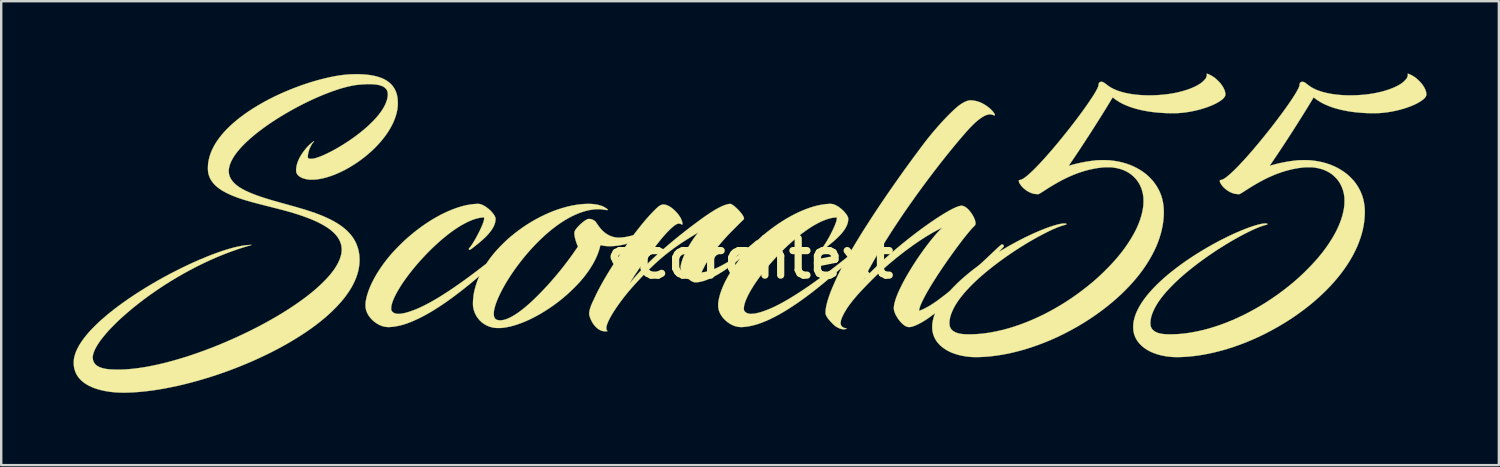
<source format=kicad_pcb>
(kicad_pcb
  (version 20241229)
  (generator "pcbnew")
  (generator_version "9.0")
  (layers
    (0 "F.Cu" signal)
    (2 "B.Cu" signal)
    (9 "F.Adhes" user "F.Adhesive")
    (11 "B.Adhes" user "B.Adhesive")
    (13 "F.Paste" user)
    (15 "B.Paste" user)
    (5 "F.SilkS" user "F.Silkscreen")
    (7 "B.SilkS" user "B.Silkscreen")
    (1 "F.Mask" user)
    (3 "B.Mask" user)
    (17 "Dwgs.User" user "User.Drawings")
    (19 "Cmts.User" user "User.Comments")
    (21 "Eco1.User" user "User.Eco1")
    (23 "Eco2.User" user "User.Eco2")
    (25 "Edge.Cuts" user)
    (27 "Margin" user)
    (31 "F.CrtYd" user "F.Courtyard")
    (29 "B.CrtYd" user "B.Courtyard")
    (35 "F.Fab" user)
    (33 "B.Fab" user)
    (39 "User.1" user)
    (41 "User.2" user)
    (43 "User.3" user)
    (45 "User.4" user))
  (footprint "scorchtext"
    (layer "F.Cu")
    (at 28.041 7.665)
    (property "Reference" "scorchtext" (at 0 0 0) (layer "F.SilkS") (effects (font (size 1.524 1.524) (thickness 0.3))))
    (attr through_hole)
    (fp_poly (pts (xy 27.276 -7.659) (xy 27.292 -7.654) (xy 27.316 -7.646) (xy 27.319 -7.645) (xy 27.372 -7.623) (xy 27.43 -7.594) (xy 27.49 -7.559) (xy 27.551 -7.52) (xy 27.61 -7.476) (xy 27.625 -7.464) (xy 27.651 -7.443) (xy 27.681 -7.415) (xy 27.713 -7.384) (xy 27.746 -7.351) (xy 27.778 -7.318) (xy 27.807 -7.287) (xy 27.831 -7.26) (xy 27.84 -7.249) (xy 27.891 -7.181) (xy 27.934 -7.114) (xy 27.97 -7.048) (xy 27.999 -6.983) (xy 28.02 -6.921) (xy 28.032 -6.863) (xy 28.036 -6.808) (xy 28.035 -6.791) (xy 28.031 -6.759) (xy 28.02 -6.729) (xy 28.002 -6.698) (xy 27.977 -6.663) (xy 27.976 -6.662) (xy 27.944 -6.628) (xy 27.903 -6.592) (xy 27.854 -6.554) (xy 27.798 -6.516) (xy 27.736 -6.478) (xy 27.669 -6.44) (xy 27.598 -6.403) (xy 27.55 -6.381) (xy 27.409 -6.32) (xy 27.26 -6.264) (xy 27.104 -6.213) (xy 26.943 -6.167) (xy 26.778 -6.127) (xy 26.61 -6.092) (xy 26.441 -6.064) (xy 26.272 -6.043) (xy 26.162 -6.033) (xy 26.062 -6.026) (xy 25.953 -6.023) (xy 25.838 -6.021) (xy 25.717 -6.023) (xy 25.593 -6.026) (xy 25.466 -6.032) (xy 25.338 -6.04) (xy 25.211 -6.051) (xy 25.086 -6.064) (xy 25.004 -6.073) (xy 24.818 -6.1) (xy 24.638 -6.133) (xy 24.465 -6.171) (xy 24.299 -6.215) (xy 24.141 -6.264) (xy 23.99 -6.319) (xy 23.848 -6.379) (xy 23.81 -6.397) (xy 23.745 -6.429) (xy 23.677 -6.466) (xy 23.609 -6.506) (xy 23.543 -6.548) (xy 23.481 -6.589) (xy 23.427 -6.63) (xy 23.415 -6.639) (xy 23.363 -6.68) (xy 23.314 -6.598) (xy 23.232 -6.462) (xy 23.145 -6.32) (xy 23.054 -6.171) (xy 22.958 -6.017) (xy 22.859 -5.858) (xy 22.757 -5.697) (xy 22.653 -5.533) (xy 22.548 -5.368) (xy 22.442 -5.202) (xy 22.336 -5.038) (xy 22.23 -4.875) (xy 22.125 -4.715) (xy 22.022 -4.558) (xy 21.921 -4.407) (xy 21.824 -4.261) (xy 21.73 -4.122) (xy 21.652 -4.007) (xy 21.628 -3.972) (xy 21.605 -3.939) (xy 21.585 -3.91) (xy 21.568 -3.885) (xy 21.555 -3.866) (xy 21.546 -3.853) (xy 21.543 -3.847) (xy 21.543 -3.847) (xy 21.546 -3.847) (xy 21.558 -3.849) (xy 21.576 -3.853) (xy 21.6 -3.86) (xy 21.624 -3.867) (xy 21.779 -3.909) (xy 21.941 -3.948) (xy 22.108 -3.984) (xy 22.279 -4.015) (xy 22.451 -4.041) (xy 22.622 -4.062) (xy 22.672 -4.068) (xy 22.711 -4.071) (xy 22.758 -4.073) (xy 22.811 -4.075) (xy 22.869 -4.076) (xy 22.93 -4.077) (xy 22.993 -4.077) (xy 23.054 -4.076) (xy 23.113 -4.075) (xy 23.167 -4.073) (xy 23.216 -4.071) (xy 23.256 -4.068) (xy 23.261 -4.067) (xy 23.436 -4.046) (xy 23.605 -4.017) (xy 23.767 -3.98) (xy 23.922 -3.935) (xy 24.072 -3.883) (xy 24.217 -3.822) (xy 24.356 -3.754) (xy 24.489 -3.677) (xy 24.619 -3.593) (xy 24.736 -3.505) (xy 24.769 -3.477) (xy 24.807 -3.444) (xy 24.847 -3.407) (xy 24.889 -3.366) (xy 24.93 -3.325) (xy 24.969 -3.284) (xy 25.005 -3.245) (xy 25.035 -3.21) (xy 25.047 -3.195) (xy 25.134 -3.08) (xy 25.21 -2.961) (xy 25.277 -2.839) (xy 25.335 -2.714) (xy 25.383 -2.585) (xy 25.422 -2.452) (xy 25.451 -2.315) (xy 25.472 -2.175) (xy 25.483 -2.03) (xy 25.484 -1.881) (xy 25.482 -1.808) (xy 25.471 -1.647) (xy 25.454 -1.492) (xy 25.429 -1.339) (xy 25.398 -1.186) (xy 25.358 -1.03) (xy 25.356 -1.024) (xy 25.3 -0.841) (xy 25.234 -0.657) (xy 25.158 -0.473) (xy 25.072 -0.29) (xy 24.977 -0.107) (xy 24.872 0.075) (xy 24.758 0.257) (xy 24.634 0.437) (xy 24.502 0.616) (xy 24.361 0.794) (xy 24.211 0.97) (xy 24.052 1.145) (xy 23.886 1.317) (xy 23.71 1.487) (xy 23.527 1.655) (xy 23.336 1.821) (xy 23.136 1.984) (xy 22.93 2.144) (xy 22.918 2.152) (xy 22.673 2.33) (xy 22.419 2.503) (xy 22.159 2.668) (xy 21.893 2.827) (xy 21.621 2.978) (xy 21.345 3.122) (xy 21.066 3.257) (xy 20.783 3.383) (xy 20.782 3.384) (xy 20.532 3.487) (xy 20.281 3.582) (xy 20.031 3.67) (xy 19.78 3.75) (xy 19.531 3.821) (xy 19.283 3.885) (xy 19.037 3.94) (xy 18.795 3.987) (xy 18.555 4.025) (xy 18.321 4.053) (xy 18.207 4.064) (xy 18.094 4.073) (xy 17.981 4.08) (xy 17.872 4.085) (xy 17.767 4.088) (xy 17.668 4.088) (xy 17.577 4.086) (xy 17.526 4.084) (xy 17.389 4.073) (xy 17.252 4.055) (xy 17.117 4.031) (xy 16.987 4.001) (xy 16.861 3.965) (xy 16.742 3.923) (xy 16.686 3.901) (xy 16.575 3.85) (xy 16.472 3.794) (xy 16.375 3.732) (xy 16.287 3.665) (xy 16.206 3.594) (xy 16.134 3.518) (xy 16.07 3.438) (xy 16.024 3.367) (xy 15.978 3.283) (xy 15.942 3.196) (xy 15.914 3.105) (xy 15.894 3.008) (xy 15.892 2.997) (xy 15.888 2.958) (xy 15.885 2.913) (xy 15.883 2.863) (xy 15.883 2.811) (xy 15.885 2.76) (xy 15.888 2.713) (xy 15.892 2.675) (xy 15.912 2.564) (xy 15.94 2.453) (xy 15.975 2.343) (xy 16.018 2.232) (xy 16.071 2.119) (xy 16.131 2.005) (xy 16.201 1.887) (xy 16.25 1.811) (xy 16.338 1.684) (xy 16.437 1.555) (xy 16.545 1.425) (xy 16.662 1.294) (xy 16.788 1.161) (xy 16.923 1.027) (xy 17.067 0.893) (xy 17.218 0.759) (xy 17.378 0.624) (xy 17.546 0.49) (xy 17.722 0.355) (xy 17.904 0.221) (xy 18.094 0.087) (xy 18.291 -0.045) (xy 18.494 -0.177) (xy 18.654 -0.276) (xy 18.814 -0.373) (xy 18.975 -0.468) (xy 19.137 -0.56) (xy 19.299 -0.649) (xy 19.461 -0.735) (xy 19.623 -0.818) (xy 19.782 -0.897) (xy 19.939 -0.972) (xy 20.094 -1.043) (xy 20.245 -1.109) (xy 20.393 -1.171) (xy 20.536 -1.228) (xy 20.674 -1.28) (xy 20.806 -1.326) (xy 20.931 -1.366) (xy 21.05 -1.4) (xy 21.11 -1.415) (xy 21.167 -1.428) (xy 21.221 -1.439) (xy 21.271 -1.446) (xy 21.317 -1.451) (xy 21.358 -1.453) (xy 21.392 -1.452) (xy 21.419 -1.449) (xy 21.438 -1.442) (xy 21.448 -1.433) (xy 21.45 -1.423) (xy 21.444 -1.414) (xy 21.429 -1.406) (xy 21.406 -1.398) (xy 21.399 -1.396) (xy 21.328 -1.377) (xy 21.255 -1.355) (xy 21.18 -1.329) (xy 21.102 -1.3) (xy 21.02 -1.267) (xy 20.934 -1.23) (xy 20.842 -1.189) (xy 20.743 -1.142) (xy 20.636 -1.09) (xy 20.635 -1.089) (xy 20.451 -0.995) (xy 20.264 -0.896) (xy 20.077 -0.791) (xy 19.888 -0.682) (xy 19.7 -0.568) (xy 19.512 -0.451) (xy 19.325 -0.331) (xy 19.14 -0.207) (xy 18.958 -0.082) (xy 18.779 0.046) (xy 18.604 0.175) (xy 18.433 0.305) (xy 18.268 0.435) (xy 18.108 0.565) (xy 17.955 0.695) (xy 17.809 0.824) (xy 17.67 0.952) (xy 17.541 1.078) (xy 17.42 1.201) (xy 17.413 1.208) (xy 17.31 1.319) (xy 17.215 1.426) (xy 17.129 1.529) (xy 17.05 1.629) (xy 16.978 1.727) (xy 16.912 1.823) (xy 16.853 1.919) (xy 16.799 2.013) (xy 16.754 2.101) (xy 16.705 2.208) (xy 16.665 2.31) (xy 16.634 2.409) (xy 16.613 2.504) (xy 16.601 2.595) (xy 16.597 2.683) (xy 16.598 2.702) (xy 16.6 2.743) (xy 16.604 2.777) (xy 16.611 2.807) (xy 16.62 2.836) (xy 16.634 2.867) (xy 16.638 2.875) (xy 16.664 2.919) (xy 16.699 2.96) (xy 16.742 2.998) (xy 16.791 3.031) (xy 16.844 3.059) (xy 16.866 3.068) (xy 16.918 3.087) (xy 16.97 3.102) (xy 17.025 3.115) (xy 17.084 3.125) (xy 17.147 3.133) (xy 17.216 3.139) (xy 17.291 3.142) (xy 17.375 3.144) (xy 17.466 3.143) (xy 17.485 3.143) (xy 17.611 3.14) (xy 17.733 3.134) (xy 17.852 3.125) (xy 17.971 3.113) (xy 18.093 3.098) (xy 18.22 3.079) (xy 18.331 3.061) (xy 18.563 3.016) (xy 18.798 2.962) (xy 19.034 2.899) (xy 19.272 2.826) (xy 19.512 2.745) (xy 19.752 2.655) (xy 19.992 2.557) (xy 20.232 2.45) (xy 20.472 2.336) (xy 20.71 2.214) (xy 20.947 2.084) (xy 21.183 1.947) (xy 21.415 1.803) (xy 21.645 1.651) (xy 21.872 1.494) (xy 22.095 1.329) (xy 22.313 1.159) (xy 22.453 1.045) (xy 22.543 0.97) (xy 22.627 0.897) (xy 22.708 0.826) (xy 22.787 0.755) (xy 22.866 0.681) (xy 22.947 0.604) (xy 23.032 0.521) (xy 23.047 0.505) (xy 23.186 0.366) (xy 23.316 0.229) (xy 23.439 0.095) (xy 23.555 -0.038) (xy 23.664 -0.171) (xy 23.769 -0.304) (xy 23.869 -0.439) (xy 23.965 -0.576) (xy 24.019 -0.658) (xy 24.125 -0.824) (xy 24.22 -0.987) (xy 24.306 -1.149) (xy 24.382 -1.308) (xy 24.448 -1.465) (xy 24.505 -1.621) (xy 24.553 -1.775) (xy 24.591 -1.927) (xy 24.619 -2.078) (xy 24.629 -2.141) (xy 24.633 -2.183) (xy 24.637 -2.231) (xy 24.639 -2.284) (xy 24.641 -2.339) (xy 24.641 -2.395) (xy 24.641 -2.449) (xy 24.639 -2.5) (xy 24.636 -2.546) (xy 24.633 -2.584) (xy 24.631 -2.593) (xy 24.61 -2.71) (xy 24.582 -2.819) (xy 24.546 -2.923) (xy 24.504 -3.02) (xy 24.46 -3.105) (xy 24.413 -3.181) (xy 24.362 -3.252) (xy 24.304 -3.321) (xy 24.275 -3.351) (xy 24.193 -3.43) (xy 24.104 -3.502) (xy 24.009 -3.565) (xy 23.908 -3.62) (xy 23.801 -3.668) (xy 23.687 -3.707) (xy 23.567 -3.739) (xy 23.441 -3.763) (xy 23.373 -3.773) (xy 23.332 -3.777) (xy 23.284 -3.78) (xy 23.23 -3.781) (xy 23.172 -3.782) (xy 23.113 -3.782) (xy 23.055 -3.781) (xy 23 -3.778) (xy 22.95 -3.775) (xy 22.929 -3.773) (xy 22.749 -3.75) (xy 22.57 -3.719) (xy 22.392 -3.68) (xy 22.213 -3.633) (xy 22.033 -3.577) (xy 21.853 -3.513) (xy 21.671 -3.44) (xy 21.487 -3.358) (xy 21.301 -3.267) (xy 21.113 -3.166) (xy 20.921 -3.056) (xy 20.874 -3.028) (xy 20.834 -3.004) (xy 20.789 -2.976) (xy 20.744 -2.948) (xy 20.7 -2.921) (xy 20.66 -2.895) (xy 20.64 -2.883) (xy 20.582 -2.846) (xy 20.532 -2.814) (xy 20.489 -2.786) (xy 20.453 -2.763) (xy 20.422 -2.744) (xy 20.396 -2.728) (xy 20.375 -2.715) (xy 20.357 -2.704) (xy 20.342 -2.695) (xy 20.33 -2.688) (xy 20.328 -2.687) (xy 20.289 -2.666) (xy 20.217 -2.669) (xy 20.149 -2.674) (xy 20.087 -2.684) (xy 20.026 -2.701) (xy 19.964 -2.724) (xy 19.914 -2.746) (xy 19.846 -2.783) (xy 19.779 -2.826) (xy 19.715 -2.874) (xy 19.655 -2.926) (xy 19.602 -2.981) (xy 19.555 -3.038) (xy 19.516 -3.095) (xy 19.499 -3.127) (xy 19.483 -3.163) (xy 19.474 -3.194) (xy 19.472 -3.219) (xy 19.478 -3.237) (xy 19.48 -3.24) (xy 19.489 -3.247) (xy 19.502 -3.252) (xy 19.523 -3.256) (xy 19.524 -3.257) (xy 19.558 -3.264) (xy 19.595 -3.278) (xy 19.636 -3.299) (xy 19.682 -3.327) (xy 19.732 -3.362) (xy 19.786 -3.404) (xy 19.846 -3.453) (xy 19.911 -3.51) (xy 19.981 -3.575) (xy 20.057 -3.647) (xy 20.096 -3.685) (xy 20.199 -3.788) (xy 20.305 -3.899) (xy 20.416 -4.018) (xy 20.532 -4.144) (xy 20.652 -4.278) (xy 20.776 -4.421) (xy 20.906 -4.572) (xy 20.929 -4.6) (xy 21.032 -4.722) (xy 21.134 -4.845) (xy 21.236 -4.969) (xy 21.337 -5.094) (xy 21.437 -5.219) (xy 21.536 -5.343) (xy 21.633 -5.467) (xy 21.728 -5.59) (xy 21.821 -5.711) (xy 21.911 -5.831) (xy 21.998 -5.948) (xy 22.083 -6.062) (xy 22.163 -6.173) (xy 22.241 -6.281) (xy 22.314 -6.385) (xy 22.382 -6.485) (xy 22.447 -6.58) (xy 22.506 -6.67) (xy 22.56 -6.754) (xy 22.609 -6.833) (xy 22.652 -6.905) (xy 22.688 -6.971) (xy 22.719 -7.029) (xy 22.728 -7.048) (xy 22.745 -7.084) (xy 22.757 -7.113) (xy 22.766 -7.137) (xy 22.772 -7.16) (xy 22.776 -7.183) (xy 22.779 -7.205) (xy 22.785 -7.243) (xy 22.797 -7.274) (xy 22.814 -7.296) (xy 22.837 -7.312) (xy 22.867 -7.321) (xy 22.867 -7.321) (xy 22.888 -7.325) (xy 22.908 -7.324) (xy 22.927 -7.321) (xy 22.951 -7.315) (xy 22.973 -7.306) (xy 22.996 -7.295) (xy 23.022 -7.278) (xy 23.051 -7.256) (xy 23.071 -7.241) (xy 23.145 -7.184) (xy 23.215 -7.134) (xy 23.284 -7.09) (xy 23.354 -7.051) (xy 23.427 -7.016) (xy 23.505 -6.982) (xy 23.52 -6.976) (xy 23.637 -6.934) (xy 23.761 -6.896) (xy 23.893 -6.863) (xy 24.033 -6.834) (xy 24.178 -6.81) (xy 24.329 -6.791) (xy 24.485 -6.777) (xy 24.645 -6.767) (xy 24.808 -6.762) (xy 24.974 -6.763) (xy 25.142 -6.768) (xy 25.311 -6.778) (xy 25.481 -6.793) (xy 25.65 -6.813) (xy 25.7 -6.82) (xy 25.854 -6.845) (xy 26.003 -6.874) (xy 26.148 -6.907) (xy 26.287 -6.944) (xy 26.419 -6.985) (xy 26.545 -7.029) (xy 26.664 -7.076) (xy 26.775 -7.126) (xy 26.877 -7.179) (xy 26.97 -7.235) (xy 27.023 -7.271) (xy 27.052 -7.293) (xy 27.082 -7.319) (xy 27.114 -7.348) (xy 27.145 -7.378) (xy 27.173 -7.408) (xy 27.197 -7.435) (xy 27.216 -7.459) (xy 27.223 -7.47) (xy 27.244 -7.512) (xy 27.259 -7.554) (xy 27.267 -7.592) (xy 27.267 -7.627) (xy 27.265 -7.639) (xy 27.263 -7.65) (xy 27.263 -7.657) (xy 27.267 -7.66) (xy 27.276 -7.659)) (stroke (width 0.01) (type solid)) (fill yes) (layer "F.SilkS"))
    (fp_poly (pts (xy -16.159 -7.638) (xy -16.015 -7.63) (xy -15.876 -7.618) (xy -15.743 -7.601) (xy -15.618 -7.58) (xy -15.601 -7.576) (xy -15.477 -7.547) (xy -15.361 -7.512) (xy -15.253 -7.472) (xy -15.153 -7.425) (xy -15.062 -7.372) (xy -14.979 -7.314) (xy -14.904 -7.25) (xy -14.837 -7.179) (xy -14.779 -7.103) (xy -14.729 -7.021) (xy -14.687 -6.934) (xy -14.662 -6.866) (xy -14.643 -6.804) (xy -14.628 -6.744) (xy -14.617 -6.683) (xy -14.609 -6.619) (xy -14.604 -6.549) (xy -14.601 -6.487) (xy -14.601 -6.418) (xy -14.602 -6.355) (xy -14.606 -6.296) (xy -14.612 -6.238) (xy -14.621 -6.176) (xy -14.623 -6.163) (xy -14.649 -6.035) (xy -14.686 -5.905) (xy -14.732 -5.774) (xy -14.787 -5.642) (xy -14.852 -5.51) (xy -14.925 -5.377) (xy -15.007 -5.244) (xy -15.098 -5.112) (xy -15.197 -4.981) (xy -15.304 -4.85) (xy -15.419 -4.722) (xy -15.541 -4.594) (xy -15.671 -4.469) (xy -15.809 -4.346) (xy -15.877 -4.288) (xy -16.021 -4.172) (xy -16.169 -4.061) (xy -16.32 -3.956) (xy -16.472 -3.858) (xy -16.626 -3.765) (xy -16.781 -3.679) (xy -16.937 -3.601) (xy -17.091 -3.53) (xy -17.245 -3.466) (xy -17.397 -3.411) (xy -17.546 -3.364) (xy -17.693 -3.326) (xy -17.77 -3.31) (xy -17.846 -3.296) (xy -17.915 -3.285) (xy -17.982 -3.277) (xy -18.05 -3.271) (xy -18.121 -3.268) (xy -18.131 -3.268) (xy -18.174 -3.267) (xy -18.21 -3.267) (xy -18.24 -3.268) (xy -18.268 -3.269) (xy -18.294 -3.272) (xy -18.312 -3.274) (xy -18.394 -3.287) (xy -18.471 -3.306) (xy -18.541 -3.329) (xy -18.605 -3.357) (xy -18.661 -3.389) (xy -18.709 -3.425) (xy -18.749 -3.464) (xy -18.779 -3.507) (xy -18.791 -3.528) (xy -18.801 -3.552) (xy -18.808 -3.574) (xy -18.813 -3.597) (xy -18.815 -3.623) (xy -18.816 -3.655) (xy -18.815 -3.69) (xy -18.807 -3.777) (xy -18.791 -3.865) (xy -18.766 -3.955) (xy -18.731 -4.048) (xy -18.714 -4.089) (xy -18.667 -4.186) (xy -18.611 -4.283) (xy -18.548 -4.38) (xy -18.479 -4.475) (xy -18.405 -4.566) (xy -18.328 -4.651) (xy -18.248 -4.728) (xy -18.179 -4.788) (xy -18.155 -4.806) (xy -18.132 -4.824) (xy -18.111 -4.839) (xy -18.093 -4.852) (xy -18.079 -4.861) (xy -18.071 -4.864) (xy -18.07 -4.864) (xy -18.073 -4.86) (xy -18.08 -4.849) (xy -18.091 -4.835) (xy -18.095 -4.83) (xy -18.142 -4.769) (xy -18.185 -4.7) (xy -18.224 -4.628) (xy -18.257 -4.552) (xy -18.285 -4.474) (xy -18.307 -4.397) (xy -18.322 -4.321) (xy -18.33 -4.249) (xy -18.331 -4.228) (xy -18.33 -4.199) (xy -18.326 -4.178) (xy -18.318 -4.163) (xy -18.306 -4.151) (xy -18.295 -4.146) (xy -18.269 -4.137) (xy -18.235 -4.132) (xy -18.195 -4.132) (xy -18.149 -4.134) (xy -18.1 -4.141) (xy -18.049 -4.152) (xy -18.034 -4.155) (xy -17.96 -4.176) (xy -17.879 -4.204) (xy -17.791 -4.237) (xy -17.698 -4.276) (xy -17.599 -4.321) (xy -17.497 -4.37) (xy -17.39 -4.423) (xy -17.281 -4.481) (xy -17.169 -4.542) (xy -17.056 -4.607) (xy -16.942 -4.675) (xy -16.828 -4.746) (xy -16.714 -4.82) (xy -16.615 -4.885) (xy -16.46 -4.993) (xy -16.312 -5.101) (xy -16.171 -5.21) (xy -16.036 -5.319) (xy -15.908 -5.428) (xy -15.788 -5.537) (xy -15.676 -5.646) (xy -15.571 -5.754) (xy -15.475 -5.86) (xy -15.388 -5.966) (xy -15.309 -6.07) (xy -15.239 -6.172) (xy -15.179 -6.273) (xy -15.144 -6.339) (xy -15.107 -6.419) (xy -15.076 -6.497) (xy -15.051 -6.573) (xy -15.032 -6.647) (xy -15.02 -6.717) (xy -15.015 -6.782) (xy -15.016 -6.843) (xy -15.024 -6.898) (xy -15.039 -6.947) (xy -15.047 -6.966) (xy -15.075 -7.011) (xy -15.109 -7.052) (xy -15.151 -7.089) (xy -15.199 -7.121) (xy -15.256 -7.148) (xy -15.32 -7.172) (xy -15.392 -7.191) (xy -15.473 -7.206) (xy -15.563 -7.217) (xy -15.662 -7.224) (xy -15.71 -7.227) (xy -15.756 -7.227) (xy -15.81 -7.227) (xy -15.87 -7.226) (xy -15.935 -7.223) (xy -16.003 -7.22) (xy -16.071 -7.215) (xy -16.139 -7.211) (xy -16.204 -7.205) (xy -16.264 -7.199) (xy -16.317 -7.193) (xy -16.337 -7.19) (xy -16.464 -7.169) (xy -16.599 -7.142) (xy -16.739 -7.108) (xy -16.886 -7.068) (xy -17.038 -7.023) (xy -17.195 -6.971) (xy -17.356 -6.915) (xy -17.521 -6.853) (xy -17.69 -6.786) (xy -17.861 -6.714) (xy -18.034 -6.638) (xy -18.21 -6.558) (xy -18.386 -6.473) (xy -18.563 -6.385) (xy -18.74 -6.293) (xy -18.917 -6.198) (xy -19.093 -6.1) (xy -19.268 -5.999) (xy -19.44 -5.896) (xy -19.61 -5.79) (xy -19.777 -5.682) (xy -19.82 -5.654) (xy -19.988 -5.539) (xy -20.15 -5.424) (xy -20.304 -5.31) (xy -20.45 -5.197) (xy -20.588 -5.085) (xy -20.718 -4.973) (xy -20.84 -4.863) (xy -20.954 -4.754) (xy -21.059 -4.646) (xy -21.155 -4.54) (xy -21.242 -4.436) (xy -21.321 -4.334) (xy -21.39 -4.234) (xy -21.449 -4.136) (xy -21.499 -4.041) (xy -21.513 -4.011) (xy -21.547 -3.929) (xy -21.574 -3.848) (xy -21.593 -3.769) (xy -21.605 -3.693) (xy -21.609 -3.621) (xy -21.606 -3.559) (xy -21.593 -3.484) (xy -21.573 -3.413) (xy -21.544 -3.345) (xy -21.507 -3.279) (xy -21.461 -3.215) (xy -21.405 -3.151) (xy -21.368 -3.114) (xy -21.309 -3.061) (xy -21.244 -3.009) (xy -21.171 -2.957) (xy -21.091 -2.907) (xy -21.003 -2.857) (xy -20.907 -2.808) (xy -20.803 -2.76) (xy -20.69 -2.711) (xy -20.569 -2.662) (xy -20.437 -2.613) (xy -20.297 -2.564) (xy -20.246 -2.547) (xy -20.198 -2.531) (xy -20.151 -2.516) (xy -20.103 -2.501) (xy -20.055 -2.485) (xy -20.006 -2.47) (xy -19.954 -2.454) (xy -19.9 -2.438) (xy -19.842 -2.421) (xy -19.78 -2.403) (xy -19.713 -2.384) (xy -19.641 -2.363) (xy -19.562 -2.341) (xy -19.476 -2.316) (xy -19.383 -2.29) (xy -19.281 -2.262) (xy -19.17 -2.231) (xy -19.167 -2.23) (xy -19.061 -2.201) (xy -18.964 -2.174) (xy -18.876 -2.149) (xy -18.795 -2.126) (xy -18.72 -2.104) (xy -18.651 -2.084) (xy -18.586 -2.065) (xy -18.526 -2.047) (xy -18.468 -2.03) (xy -18.413 -2.013) (xy -18.36 -1.996) (xy -18.307 -1.979) (xy -18.253 -1.961) (xy -18.199 -1.943) (xy -18.197 -1.942) (xy -18.016 -1.88) (xy -17.845 -1.815) (xy -17.683 -1.75) (xy -17.531 -1.682) (xy -17.388 -1.614) (xy -17.254 -1.543) (xy -17.129 -1.47) (xy -17.013 -1.395) (xy -16.905 -1.318) (xy -16.805 -1.239) (xy -16.713 -1.157) (xy -16.628 -1.072) (xy -16.552 -0.985) (xy -16.527 -0.955) (xy -16.453 -0.853) (xy -16.388 -0.747) (xy -16.332 -0.636) (xy -16.285 -0.521) (xy -16.247 -0.402) (xy -16.218 -0.279) (xy -16.198 -0.154) (xy -16.188 -0.025) (xy -16.187 0.107) (xy -16.195 0.24) (xy -16.213 0.375) (xy -16.241 0.513) (xy -16.279 0.652) (xy -16.327 0.792) (xy -16.385 0.932) (xy -16.453 1.073) (xy -16.531 1.215) (xy -16.619 1.357) (xy -16.717 1.499) (xy -16.825 1.642) (xy -16.848 1.671) (xy -16.933 1.774) (xy -17.026 1.88) (xy -17.126 1.988) (xy -17.233 2.096) (xy -17.344 2.205) (xy -17.458 2.311) (xy -17.576 2.416) (xy -17.64 2.472) (xy -17.823 2.621) (xy -18.015 2.77) (xy -18.216 2.917) (xy -18.426 3.062) (xy -18.644 3.205) (xy -18.87 3.346) (xy -19.103 3.485) (xy -19.343 3.621) (xy -19.589 3.754) (xy -19.841 3.884) (xy -20.099 4.011) (xy -20.362 4.135) (xy -20.629 4.255) (xy -20.9 4.371) (xy -21.174 4.483) (xy -21.452 4.591) (xy -21.733 4.695) (xy -22.015 4.794) (xy -22.299 4.888) (xy -22.585 4.977) (xy -22.871 5.061) (xy -23.157 5.139) (xy -23.443 5.212) (xy -23.729 5.279) (xy -24.013 5.339) (xy -24.287 5.392) (xy -24.465 5.423) (xy -24.643 5.451) (xy -24.82 5.476) (xy -24.995 5.498) (xy -25.167 5.517) (xy -25.336 5.533) (xy -25.501 5.545) (xy -25.659 5.554) (xy -25.812 5.56) (xy -25.957 5.562) (xy -26.094 5.56) (xy -26.124 5.559) (xy -26.25 5.553) (xy -26.378 5.543) (xy -26.505 5.529) (xy -26.628 5.512) (xy -26.744 5.492) (xy -26.761 5.488) (xy -26.904 5.457) (xy -27.038 5.42) (xy -27.165 5.379) (xy -27.283 5.332) (xy -27.393 5.281) (xy -27.495 5.225) (xy -27.589 5.164) (xy -27.674 5.099) (xy -27.75 5.029) (xy -27.817 4.954) (xy -27.876 4.875) (xy -27.925 4.792) (xy -27.966 4.705) (xy -27.973 4.686) (xy -28.002 4.594) (xy -28.023 4.498) (xy -28.034 4.399) (xy -28.036 4.299) (xy -28.03 4.198) (xy -28.014 4.099) (xy -28.006 4.067) (xy -27.976 3.962) (xy -27.937 3.855) (xy -27.888 3.746) (xy -27.829 3.634) (xy -27.76 3.52) (xy -27.682 3.403) (xy -27.594 3.284) (xy -27.497 3.164) (xy -27.391 3.04) (xy -27.275 2.915) (xy -27.149 2.788) (xy -27.015 2.659) (xy -26.871 2.528) (xy -26.719 2.396) (xy -26.557 2.261) (xy -26.545 2.252) (xy -26.357 2.103) (xy -26.159 1.953) (xy -25.953 1.804) (xy -25.739 1.655) (xy -25.518 1.507) (xy -25.291 1.36) (xy -25.058 1.215) (xy -24.821 1.072) (xy -24.58 0.932) (xy -24.335 0.795) (xy -24.089 0.662) (xy -23.841 0.533) (xy -23.592 0.408) (xy -23.343 0.288) (xy -23.095 0.173) (xy -22.849 0.064) (xy -22.605 -0.039) (xy -22.364 -0.135) (xy -22.214 -0.192) (xy -22.038 -0.256) (xy -21.868 -0.314) (xy -21.705 -0.366) (xy -21.549 -0.413) (xy -21.4 -0.453) (xy -21.257 -0.487) (xy -21.122 -0.515) (xy -20.995 -0.537) (xy -20.889 -0.551) (xy -20.863 -0.553) (xy -20.834 -0.556) (xy -20.803 -0.558) (xy -20.772 -0.56) (xy -20.742 -0.562) (xy -20.714 -0.563) (xy -20.691 -0.564) (xy -20.673 -0.564) (xy -20.663 -0.563) (xy -20.661 -0.562) (xy -20.666 -0.56) (xy -20.68 -0.555) (xy -20.701 -0.549) (xy -20.729 -0.54) (xy -20.761 -0.531) (xy -20.796 -0.521) (xy -20.803 -0.519) (xy -20.905 -0.489) (xy -21.001 -0.46) (xy -21.095 -0.43) (xy -21.191 -0.399) (xy -21.214 -0.391) (xy -21.496 -0.293) (xy -21.781 -0.186) (xy -22.067 -0.069) (xy -22.354 0.056) (xy -22.641 0.189) (xy -22.927 0.33) (xy -23.213 0.479) (xy -23.496 0.634) (xy -23.777 0.796) (xy -24.055 0.964) (xy -24.329 1.138) (xy -24.599 1.318) (xy -24.863 1.502) (xy -25.122 1.691) (xy -25.374 1.885) (xy -25.619 2.082) (xy -25.856 2.283) (xy -26.085 2.486) (xy -26.09 2.491) (xy -26.126 2.524) (xy -26.166 2.562) (xy -26.21 2.605) (xy -26.258 2.651) (xy -26.307 2.7) (xy -26.356 2.749) (xy -26.405 2.798) (xy -26.452 2.846) (xy -26.496 2.891) (xy -26.536 2.933) (xy -26.571 2.97) (xy -26.594 2.995) (xy -26.697 3.111) (xy -26.791 3.224) (xy -26.877 3.332) (xy -26.954 3.436) (xy -27.022 3.536) (xy -27.081 3.632) (xy -27.131 3.723) (xy -27.173 3.809) (xy -27.205 3.892) (xy -27.229 3.969) (xy -27.244 4.043) (xy -27.247 4.072) (xy -27.248 4.11) (xy -27.244 4.153) (xy -27.237 4.197) (xy -27.227 4.237) (xy -27.224 4.246) (xy -27.2 4.302) (xy -27.167 4.353) (xy -27.125 4.399) (xy -27.075 4.44) (xy -27.016 4.477) (xy -26.948 4.509) (xy -26.885 4.531) (xy -26.833 4.547) (xy -26.779 4.56) (xy -26.721 4.572) (xy -26.659 4.582) (xy -26.592 4.59) (xy -26.519 4.596) (xy -26.438 4.601) (xy -26.348 4.604) (xy -26.298 4.605) (xy -26.126 4.606) (xy -25.946 4.6) (xy -25.759 4.588) (xy -25.565 4.57) (xy -25.363 4.545) (xy -25.155 4.514) (xy -24.94 4.477) (xy -24.72 4.433) (xy -24.569 4.401) (xy -24.304 4.339) (xy -24.034 4.269) (xy -23.759 4.192) (xy -23.481 4.109) (xy -23.2 4.019) (xy -22.917 3.922) (xy -22.632 3.82) (xy -22.347 3.712) (xy -22.062 3.599) (xy -21.777 3.481) (xy -21.494 3.358) (xy -21.213 3.231) (xy -20.935 3.1) (xy -20.661 2.966) (xy -20.39 2.828) (xy -20.125 2.687) (xy -19.866 2.543) (xy -19.613 2.397) (xy -19.367 2.249) (xy -19.129 2.099) (xy -18.899 1.947) (xy -18.679 1.795) (xy -18.639 1.766) (xy -18.49 1.658) (xy -18.351 1.552) (xy -18.219 1.449) (xy -18.094 1.346) (xy -17.975 1.244) (xy -17.861 1.141) (xy -17.75 1.036) (xy -17.676 0.963) (xy -17.576 0.861) (xy -17.485 0.762) (xy -17.402 0.666) (xy -17.327 0.573) (xy -17.258 0.481) (xy -17.196 0.39) (xy -17.14 0.3) (xy -17.09 0.208) (xy -17.072 0.173) (xy -17.024 0.068) (xy -16.985 -0.035) (xy -16.956 -0.134) (xy -16.937 -0.231) (xy -16.927 -0.326) (xy -16.927 -0.418) (xy -16.937 -0.509) (xy -16.957 -0.597) (xy -16.986 -0.683) (xy -17.025 -0.768) (xy -17.044 -0.803) (xy -17.093 -0.881) (xy -17.151 -0.956) (xy -17.217 -1.031) (xy -17.293 -1.103) (xy -17.377 -1.175) (xy -17.47 -1.245) (xy -17.573 -1.314) (xy -17.684 -1.381) (xy -17.805 -1.448) (xy -17.935 -1.513) (xy -18.075 -1.577) (xy -18.225 -1.64) (xy -18.384 -1.701) (xy -18.552 -1.762) (xy -18.731 -1.822) (xy -18.919 -1.881) (xy -19.118 -1.94) (xy -19.248 -1.976) (xy -19.282 -1.985) (xy -19.314 -1.994) (xy -19.344 -2.002) (xy -19.374 -2.01) (xy -19.404 -2.018) (xy -19.435 -2.026) (xy -19.468 -2.035) (xy -19.503 -2.044) (xy -19.542 -2.054) (xy -19.584 -2.065) (xy -19.632 -2.077) (xy -19.684 -2.09) (xy -19.743 -2.105) (xy -19.809 -2.122) (xy -19.883 -2.141) (xy -19.965 -2.162) (xy -20.035 -2.179) (xy -20.164 -2.212) (xy -20.284 -2.243) (xy -20.396 -2.272) (xy -20.499 -2.299) (xy -20.596 -2.325) (xy -20.685 -2.349) (xy -20.769 -2.373) (xy -20.847 -2.396) (xy -20.921 -2.417) (xy -20.991 -2.439) (xy -21.057 -2.46) (xy -21.121 -2.481) (xy -21.182 -2.502) (xy -21.242 -2.523) (xy -21.302 -2.545) (xy -21.323 -2.553) (xy -21.464 -2.608) (xy -21.596 -2.666) (xy -21.717 -2.725) (xy -21.829 -2.785) (xy -21.931 -2.848) (xy -22.024 -2.913) (xy -22.108 -2.98) (xy -22.183 -3.049) (xy -22.249 -3.121) (xy -22.306 -3.195) (xy -22.355 -3.272) (xy -22.383 -3.325) (xy -22.411 -3.39) (xy -22.434 -3.453) (xy -22.452 -3.518) (xy -22.464 -3.585) (xy -22.471 -3.657) (xy -22.473 -3.734) (xy -22.472 -3.79) (xy -22.469 -3.865) (xy -22.463 -3.934) (xy -22.454 -4.001) (xy -22.441 -4.072) (xy -22.436 -4.098) (xy -22.404 -4.227) (xy -22.361 -4.356) (xy -22.309 -4.485) (xy -22.247 -4.614) (xy -22.175 -4.743) (xy -22.093 -4.871) (xy -22.002 -4.999) (xy -21.901 -5.126) (xy -21.791 -5.253) (xy -21.672 -5.378) (xy -21.544 -5.503) (xy -21.406 -5.627) (xy -21.26 -5.75) (xy -21.105 -5.872) (xy -20.941 -5.992) (xy -20.769 -6.111) (xy -20.588 -6.228) (xy -20.399 -6.344) (xy -20.201 -6.458) (xy -20.142 -6.491) (xy -19.948 -6.595) (xy -19.748 -6.696) (xy -19.543 -6.793) (xy -19.335 -6.887) (xy -19.125 -6.976) (xy -18.912 -7.061) (xy -18.698 -7.142) (xy -18.484 -7.217) (xy -18.271 -7.288) (xy -18.059 -7.352) (xy -17.849 -7.411) (xy -17.642 -7.464) (xy -17.439 -7.511) (xy -17.24 -7.551) (xy -17.047 -7.584) (xy -16.901 -7.604) (xy -16.754 -7.62) (xy -16.605 -7.632) (xy -16.456 -7.638) (xy -16.306 -7.64) (xy -16.159 -7.638)) (stroke (width 0.01) (type solid)) (fill yes) (layer "F.SilkS"))
    (fp_poly (pts (xy 18.945 -7.659) (xy 18.961 -7.654) (xy 18.985 -7.646) (xy 18.987 -7.645) (xy 19.041 -7.623) (xy 19.099 -7.594) (xy 19.159 -7.559) (xy 19.22 -7.52) (xy 19.279 -7.476) (xy 19.294 -7.464) (xy 19.319 -7.443) (xy 19.349 -7.415) (xy 19.382 -7.384) (xy 19.415 -7.351) (xy 19.447 -7.318) (xy 19.476 -7.287) (xy 19.5 -7.26) (xy 19.509 -7.249) (xy 19.559 -7.181) (xy 19.603 -7.114) (xy 19.639 -7.048) (xy 19.668 -6.983) (xy 19.688 -6.921) (xy 19.701 -6.863) (xy 19.705 -6.808) (xy 19.704 -6.791) (xy 19.7 -6.759) (xy 19.689 -6.729) (xy 19.671 -6.698) (xy 19.645 -6.663) (xy 19.644 -6.662) (xy 19.613 -6.628) (xy 19.572 -6.592) (xy 19.523 -6.554) (xy 19.467 -6.516) (xy 19.405 -6.478) (xy 19.338 -6.44) (xy 19.266 -6.403) (xy 19.219 -6.381) (xy 19.078 -6.32) (xy 18.929 -6.264) (xy 18.773 -6.213) (xy 18.612 -6.167) (xy 18.447 -6.127) (xy 18.279 -6.092) (xy 18.11 -6.064) (xy 17.941 -6.043) (xy 17.831 -6.033) (xy 17.731 -6.026) (xy 17.622 -6.023) (xy 17.507 -6.021) (xy 17.386 -6.023) (xy 17.261 -6.026) (xy 17.135 -6.032) (xy 17.007 -6.04) (xy 16.88 -6.051) (xy 16.755 -6.064) (xy 16.673 -6.073) (xy 16.487 -6.1) (xy 16.307 -6.133) (xy 16.134 -6.171) (xy 15.968 -6.215) (xy 15.81 -6.264) (xy 15.659 -6.319) (xy 15.517 -6.379) (xy 15.479 -6.397) (xy 15.413 -6.429) (xy 15.346 -6.466) (xy 15.277 -6.506) (xy 15.212 -6.548) (xy 15.15 -6.589) (xy 15.095 -6.63) (xy 15.083 -6.639) (xy 15.032 -6.68) (xy 14.983 -6.598) (xy 14.901 -6.462) (xy 14.814 -6.32) (xy 14.723 -6.171) (xy 14.627 -6.017) (xy 14.528 -5.858) (xy 14.426 -5.697) (xy 14.322 -5.533) (xy 14.217 -5.368) (xy 14.111 -5.202) (xy 14.005 -5.038) (xy 13.899 -4.875) (xy 13.794 -4.715) (xy 13.691 -4.558) (xy 13.59 -4.407) (xy 13.493 -4.261) (xy 13.399 -4.122) (xy 13.321 -4.007) (xy 13.297 -3.972) (xy 13.274 -3.939) (xy 13.254 -3.91) (xy 13.237 -3.885) (xy 13.224 -3.866) (xy 13.215 -3.853) (xy 13.211 -3.847) (xy 13.211 -3.847) (xy 13.215 -3.847) (xy 13.227 -3.849) (xy 13.245 -3.853) (xy 13.269 -3.86) (xy 13.293 -3.867) (xy 13.448 -3.909) (xy 13.61 -3.948) (xy 13.777 -3.984) (xy 13.948 -4.015) (xy 14.12 -4.041) (xy 14.291 -4.062) (xy 14.341 -4.068) (xy 14.38 -4.071) (xy 14.426 -4.073) (xy 14.48 -4.075) (xy 14.538 -4.076) (xy 14.599 -4.077) (xy 14.661 -4.077) (xy 14.723 -4.076) (xy 14.782 -4.075) (xy 14.836 -4.073) (xy 14.884 -4.071) (xy 14.925 -4.068) (xy 14.93 -4.067) (xy 15.105 -4.046) (xy 15.273 -4.017) (xy 15.435 -3.98) (xy 15.591 -3.935) (xy 15.741 -3.883) (xy 15.885 -3.822) (xy 16.024 -3.754) (xy 16.158 -3.677) (xy 16.287 -3.593) (xy 16.405 -3.505) (xy 16.438 -3.477) (xy 16.475 -3.444) (xy 16.516 -3.407) (xy 16.557 -3.366) (xy 16.599 -3.325) (xy 16.638 -3.284) (xy 16.674 -3.245) (xy 16.704 -3.21) (xy 16.716 -3.195) (xy 16.802 -3.08) (xy 16.879 -2.961) (xy 16.946 -2.839) (xy 17.004 -2.714) (xy 17.052 -2.585) (xy 17.091 -2.452) (xy 17.12 -2.315) (xy 17.14 -2.175) (xy 17.151 -2.03) (xy 17.153 -1.881) (xy 17.151 -1.808) (xy 17.14 -1.647) (xy 17.123 -1.492) (xy 17.098 -1.339) (xy 17.066 -1.186) (xy 17.027 -1.03) (xy 17.025 -1.024) (xy 16.969 -0.841) (xy 16.903 -0.657) (xy 16.827 -0.473) (xy 16.741 -0.29) (xy 16.645 -0.107) (xy 16.54 0.075) (xy 16.426 0.257) (xy 16.303 0.437) (xy 16.171 0.616) (xy 16.03 0.794) (xy 15.88 0.97) (xy 15.721 1.145) (xy 15.554 1.317) (xy 15.379 1.488) (xy 15.196 1.656) (xy 15.004 1.821) (xy 14.805 1.984) (xy 14.598 2.144) (xy 14.587 2.152) (xy 14.342 2.33) (xy 14.088 2.503) (xy 13.828 2.668) (xy 13.562 2.827) (xy 13.29 2.978) (xy 13.014 3.122) (xy 12.735 3.257) (xy 12.453 3.383) (xy 12.451 3.384) (xy 12.2 3.487) (xy 11.95 3.582) (xy 11.698 3.67) (xy 11.448 3.75) (xy 11.198 3.822) (xy 10.95 3.885) (xy 10.704 3.941) (xy 10.461 3.987) (xy 10.221 4.025) (xy 9.99 4.053) (xy 9.876 4.064) (xy 9.762 4.073) (xy 9.65 4.08) (xy 9.541 4.085) (xy 9.436 4.088) (xy 9.337 4.088) (xy 9.246 4.086) (xy 9.195 4.084) (xy 9.057 4.073) (xy 8.921 4.055) (xy 8.786 4.031) (xy 8.655 4.001) (xy 8.53 3.965) (xy 8.411 3.923) (xy 8.354 3.901) (xy 8.244 3.85) (xy 8.14 3.794) (xy 8.044 3.732) (xy 7.955 3.665) (xy 7.875 3.594) (xy 7.802 3.518) (xy 7.739 3.438) (xy 7.692 3.367) (xy 7.647 3.283) (xy 7.611 3.196) (xy 7.583 3.104) (xy 7.562 3.007) (xy 7.561 2.997) (xy 7.557 2.964) (xy 7.554 2.923) (xy 7.553 2.878) (xy 7.552 2.83) (xy 7.553 2.784) (xy 7.554 2.741) (xy 7.557 2.704) (xy 7.558 2.692) (xy 7.577 2.581) (xy 7.604 2.47) (xy 7.636 2.363) (xy 7.65 2.324) (xy 7.658 2.302) (xy 7.665 2.284) (xy 7.669 2.272) (xy 7.671 2.267) (xy 7.667 2.27) (xy 7.656 2.277) (xy 7.64 2.289) (xy 7.62 2.304) (xy 7.598 2.321) (xy 7.479 2.409) (xy 7.366 2.49) (xy 7.257 2.562) (xy 7.153 2.626) (xy 7.053 2.682) (xy 6.958 2.731) (xy 6.867 2.772) (xy 6.779 2.806) (xy 6.721 2.824) (xy 6.663 2.838) (xy 6.61 2.844) (xy 6.558 2.841) (xy 6.509 2.83) (xy 6.459 2.809) (xy 6.408 2.78) (xy 6.373 2.755) (xy 6.319 2.71) (xy 6.266 2.658) (xy 6.215 2.601) (xy 6.165 2.538) (xy 6.119 2.473) (xy 6.078 2.405) (xy 6.041 2.337) (xy 6.01 2.27) (xy 5.986 2.205) (xy 5.969 2.143) (xy 5.966 2.126) (xy 5.961 2.077) (xy 5.962 2.02) (xy 5.969 1.956) (xy 5.982 1.884) (xy 6.001 1.807) (xy 6.025 1.723) (xy 6.055 1.633) (xy 6.091 1.538) (xy 6.131 1.439) (xy 6.176 1.336) (xy 6.239 1.203) (xy 6.308 1.064) (xy 6.384 0.92) (xy 6.466 0.772) (xy 6.554 0.621) (xy 6.646 0.467) (xy 6.742 0.312) (xy 6.842 0.157) (xy 6.944 0.001) (xy 7.05 -0.152) (xy 7.157 -0.304) (xy 7.265 -0.453) (xy 7.375 -0.598) (xy 7.484 -0.738) (xy 7.494 -0.749) (xy 7.548 -0.816) (xy 7.602 -0.882) (xy 7.657 -0.946) (xy 7.71 -1.008) (xy 7.762 -1.066) (xy 7.811 -1.119) (xy 7.856 -1.167) (xy 7.897 -1.208) (xy 7.921 -1.232) (xy 7.938 -1.249) (xy 7.952 -1.262) (xy 7.961 -1.271) (xy 7.964 -1.275) (xy 7.964 -1.275) (xy 7.957 -1.273) (xy 7.943 -1.266) (xy 7.923 -1.256) (xy 7.897 -1.244) (xy 7.867 -1.228) (xy 7.834 -1.212) (xy 7.799 -1.194) (xy 7.763 -1.175) (xy 7.728 -1.157) (xy 7.695 -1.139) (xy 7.664 -1.123) (xy 7.638 -1.109) (xy 7.628 -1.104) (xy 7.465 -1.01) (xy 7.297 -0.909) (xy 7.125 -0.799) (xy 6.949 -0.683) (xy 6.771 -0.559) (xy 6.591 -0.429) (xy 6.409 -0.294) (xy 6.226 -0.152) (xy 6.043 -0.006) (xy 5.86 0.145) (xy 5.678 0.3) (xy 5.626 0.345) (xy 5.567 0.397) (xy 5.511 0.447) (xy 5.457 0.495) (xy 5.405 0.543) (xy 5.353 0.59) (xy 5.302 0.638) (xy 5.251 0.687) (xy 5.199 0.737) (xy 5.145 0.79) (xy 5.089 0.846) (xy 5.03 0.905) (xy 4.967 0.969) (xy 4.9 1.037) (xy 4.829 1.111) (xy 4.752 1.19) (xy 4.669 1.277) (xy 4.646 1.3) (xy 4.556 1.397) (xy 4.467 1.495) (xy 4.38 1.595) (xy 4.297 1.694) (xy 4.218 1.793) (xy 4.145 1.888) (xy 4.078 1.98) (xy 4.03 2.05) (xy 3.99 2.112) (xy 3.95 2.179) (xy 3.911 2.247) (xy 3.874 2.315) (xy 3.842 2.381) (xy 3.814 2.442) (xy 3.807 2.459) (xy 3.783 2.524) (xy 3.766 2.583) (xy 3.756 2.636) (xy 3.754 2.684) (xy 3.76 2.727) (xy 3.772 2.765) (xy 3.786 2.79) (xy 3.803 2.814) (xy 3.825 2.834) (xy 3.851 2.852) (xy 3.883 2.867) (xy 3.923 2.882) (xy 3.971 2.895) (xy 4.006 2.904) (xy 4.012 2.906) (xy 4.013 2.908) (xy 4.008 2.911) (xy 3.994 2.916) (xy 3.983 2.919) (xy 3.929 2.932) (xy 3.873 2.936) (xy 3.816 2.93) (xy 3.755 2.915) (xy 3.691 2.891) (xy 3.624 2.858) (xy 3.616 2.854) (xy 3.586 2.836) (xy 3.56 2.82) (xy 3.535 2.802) (xy 3.51 2.783) (xy 3.484 2.76) (xy 3.455 2.734) (xy 3.422 2.701) (xy 3.403 2.682) (xy 3.335 2.611) (xy 3.276 2.544) (xy 3.226 2.48) (xy 3.185 2.418) (xy 3.158 2.37) (xy 3.147 2.345) (xy 3.139 2.323) (xy 3.133 2.301) (xy 3.131 2.275) (xy 3.129 2.242) (xy 3.129 2.229) (xy 3.132 2.162) (xy 3.14 2.087) (xy 3.154 2.005) (xy 3.173 1.916) (xy 3.197 1.82) (xy 3.226 1.719) (xy 3.26 1.612) (xy 3.299 1.5) (xy 3.342 1.384) (xy 3.389 1.265) (xy 3.419 1.194) (xy 3.526 0.949) (xy 3.637 0.71) (xy 3.733 0.515) (xy 3.75 0.481) (xy 3.766 0.45) (xy 3.779 0.423) (xy 3.789 0.402) (xy 3.795 0.387) (xy 3.798 0.38) (xy 3.798 0.38) (xy 3.793 0.384) (xy 3.781 0.394) (xy 3.764 0.409) (xy 3.742 0.428) (xy 3.716 0.451) (xy 3.687 0.476) (xy 3.665 0.495) (xy 3.434 0.697) (xy 3.207 0.889) (xy 2.985 1.073) (xy 2.768 1.248) (xy 2.555 1.414) (xy 2.347 1.571) (xy 2.144 1.719) (xy 1.945 1.858) (xy 1.751 1.988) (xy 1.562 2.11) (xy 1.378 2.222) (xy 1.209 2.319) (xy 1.172 2.34) (xy 1.128 2.363) (xy 1.079 2.389) (xy 1.027 2.415) (xy 0.974 2.443) (xy 0.921 2.469) (xy 0.87 2.494) (xy 0.822 2.518) (xy 0.78 2.538) (xy 0.744 2.554) (xy 0.737 2.558) (xy 0.596 2.617) (xy 0.461 2.67) (xy 0.331 2.715) (xy 0.206 2.753) (xy 0.084 2.784) (xy -0.035 2.809) (xy -0.151 2.827) (xy -0.266 2.839) (xy -0.325 2.843) (xy -0.416 2.842) (xy -0.506 2.832) (xy -0.595 2.812) (xy -0.683 2.782) (xy -0.771 2.741) (xy -0.857 2.691) (xy -0.877 2.678) (xy -0.954 2.622) (xy -1.024 2.561) (xy -1.089 2.495) (xy -1.147 2.426) (xy -1.197 2.353) (xy -1.24 2.279) (xy -1.274 2.203) (xy -1.299 2.126) (xy -1.313 2.058) (xy -1.317 2.023) (xy -1.32 1.981) (xy -1.32 1.935) (xy -1.32 1.889) (xy -1.317 1.844) (xy -1.314 1.806) (xy -1.313 1.803) (xy -1.295 1.696) (xy -1.269 1.582) (xy -1.236 1.464) (xy -1.195 1.343) (xy -1.147 1.218) (xy -1.092 1.091) (xy -1.031 0.962) (xy -0.965 0.836) (xy -0.911 0.738) (xy -0.851 0.637) (xy -0.786 0.533) (xy -0.719 0.429) (xy -0.649 0.327) (xy -0.58 0.228) (xy -0.511 0.135) (xy -0.445 0.051) (xy -0.431 0.033) (xy -0.42 0.018) (xy -0.411 0.008) (xy -0.409 0.005) (xy -0.408 0.003) (xy -0.407 0.002) (xy -0.408 0.002) (xy -0.411 0.004) (xy -0.417 0.009) (xy -0.427 0.017) (xy -0.442 0.028) (xy -0.462 0.044) (xy -0.488 0.065) (xy -0.521 0.092) (xy -0.539 0.106) (xy -0.674 0.212) (xy -0.808 0.313) (xy -0.941 0.408) (xy -1.071 0.496) (xy -1.199 0.578) (xy -1.323 0.654) (xy -1.444 0.722) (xy -1.561 0.783) (xy -1.674 0.836) (xy -1.782 0.881) (xy -1.859 0.91) (xy -1.917 0.929) (xy -1.977 0.945) (xy -2.036 0.96) (xy -2.094 0.972) (xy -2.148 0.981) (xy -2.199 0.987) (xy -2.244 0.99) (xy -2.282 0.989) (xy -2.302 0.986) (xy -2.353 0.972) (xy -2.407 0.949) (xy -2.463 0.915) (xy -2.522 0.872) (xy -2.584 0.82) (xy -2.621 0.785) (xy -2.68 0.724) (xy -2.734 0.663) (xy -2.78 0.602) (xy -2.82 0.542) (xy -2.85 0.487) (xy -2.864 0.454) (xy -2.874 0.425) (xy -2.878 0.397) (xy -2.878 0.366) (xy -2.876 0.336) (xy -2.865 0.265) (xy -2.847 0.188) (xy -2.823 0.104) (xy -2.793 0.016) (xy -2.757 -0.076) (xy -2.715 -0.172) (xy -2.669 -0.27) (xy -2.617 -0.37) (xy -2.562 -0.472) (xy -2.502 -0.573) (xy -2.439 -0.675) (xy -2.373 -0.776) (xy -2.304 -0.875) (xy -2.233 -0.971) (xy -2.166 -1.056) (xy -2.162 -1.062) (xy -2.158 -1.066) (xy -2.157 -1.068) (xy -2.159 -1.069) (xy -2.164 -1.066) (xy -2.173 -1.061) (xy -2.188 -1.053) (xy -2.208 -1.041) (xy -2.235 -1.025) (xy -2.27 -1.004) (xy -2.295 -0.988) (xy -2.473 -0.88) (xy -2.642 -0.774) (xy -2.803 -0.67) (xy -2.956 -0.567) (xy -3.104 -0.464) (xy -3.246 -0.36) (xy -3.384 -0.255) (xy -3.518 -0.149) (xy -3.649 -0.04) (xy -3.779 0.072) (xy -3.907 0.187) (xy -4.036 0.308) (xy -4.165 0.433) (xy -4.226 0.493) (xy -4.294 0.562) (xy -4.366 0.636) (xy -4.441 0.714) (xy -4.518 0.794) (xy -4.595 0.876) (xy -4.671 0.958) (xy -4.744 1.037) (xy -4.813 1.114) (xy -4.877 1.185) (xy -4.907 1.219) (xy -4.998 1.324) (xy -5.087 1.431) (xy -5.174 1.538) (xy -5.258 1.646) (xy -5.339 1.753) (xy -5.417 1.859) (xy -5.491 1.963) (xy -5.561 2.066) (xy -5.627 2.165) (xy -5.688 2.262) (xy -5.743 2.354) (xy -5.793 2.442) (xy -5.837 2.526) (xy -5.874 2.603) (xy -5.904 2.675) (xy -5.916 2.705) (xy -5.931 2.75) (xy -5.943 2.789) (xy -5.95 2.823) (xy -5.954 2.855) (xy -5.956 2.887) (xy -5.956 2.888) (xy -5.955 2.921) (xy -5.95 2.947) (xy -5.941 2.968) (xy -5.927 2.986) (xy -5.918 2.994) (xy -5.908 3.003) (xy -5.904 3.009) (xy -5.904 3.01) (xy -5.91 3.011) (xy -5.923 3.014) (xy -5.942 3.016) (xy -5.955 3.018) (xy -6.02 3.021) (xy -6.085 3.014) (xy -6.149 2.997) (xy -6.212 2.971) (xy -6.274 2.936) (xy -6.335 2.891) (xy -6.393 2.838) (xy -6.449 2.776) (xy -6.502 2.706) (xy -6.518 2.682) (xy -6.544 2.639) (xy -6.57 2.59) (xy -6.595 2.539) (xy -6.618 2.486) (xy -6.637 2.435) (xy -6.653 2.387) (xy -6.664 2.345) (xy -6.666 2.333) (xy -6.669 2.294) (xy -6.667 2.247) (xy -6.659 2.194) (xy -6.647 2.135) (xy -6.63 2.071) (xy -6.608 2.004) (xy -6.582 1.935) (xy -6.552 1.864) (xy -6.519 1.791) (xy -6.508 1.768) (xy -6.494 1.741) (xy -6.479 1.708) (xy -6.463 1.674) (xy -6.448 1.641) (xy -6.445 1.636) (xy -6.386 1.508) (xy -6.32 1.374) (xy -6.246 1.233) (xy -6.167 1.086) (xy -6.081 0.933) (xy -5.988 0.774) (xy -5.89 0.609) (xy -5.786 0.44) (xy -5.676 0.266) (xy -5.56 0.087) (xy -5.439 -0.096) (xy -5.313 -0.283) (xy -5.198 -0.451) (xy -5.172 -0.487) (xy -5.149 -0.521) (xy -5.128 -0.552) (xy -5.111 -0.577) (xy -5.097 -0.598) (xy -5.087 -0.612) (xy -5.083 -0.619) (xy -5.082 -0.62) (xy -5.088 -0.618) (xy -5.1 -0.615) (xy -5.116 -0.61) (xy -5.209 -0.584) (xy -5.309 -0.562) (xy -5.414 -0.543) (xy -5.521 -0.528) (xy -5.628 -0.517) (xy -5.734 -0.511) (xy -5.835 -0.509) (xy -5.92 -0.512) (xy -5.987 -0.517) (xy -6.048 -0.524) (xy -6.102 -0.533) (xy -6.147 -0.543) (xy -6.167 -0.548) (xy -6.183 -0.553) (xy -6.196 -0.556) (xy -6.201 -0.557) (xy -6.201 -0.557) (xy -6.202 -0.552) (xy -6.205 -0.539) (xy -6.21 -0.52) (xy -6.216 -0.496) (xy -6.218 -0.49) (xy -6.256 -0.35) (xy -6.305 -0.208) (xy -6.364 -0.065) (xy -6.432 0.079) (xy -6.511 0.224) (xy -6.6 0.371) (xy -6.698 0.519) (xy -6.807 0.668) (xy -6.809 0.671) (xy -6.868 0.747) (xy -6.927 0.82) (xy -6.987 0.891) (xy -7.05 0.963) (xy -7.117 1.036) (xy -7.189 1.112) (xy -7.267 1.192) (xy -7.292 1.217) (xy -7.444 1.365) (xy -7.597 1.505) (xy -7.752 1.638) (xy -7.91 1.766) (xy -8.074 1.89) (xy -8.246 2.012) (xy -8.334 2.071) (xy -8.501 2.179) (xy -8.668 2.28) (xy -8.834 2.374) (xy -8.998 2.461) (xy -9.161 2.54) (xy -9.322 2.612) (xy -9.48 2.675) (xy -9.635 2.731) (xy -9.787 2.779) (xy -9.935 2.818) (xy -10.08 2.848) (xy -10.219 2.87) (xy -10.267 2.876) (xy -10.302 2.879) (xy -10.344 2.881) (xy -10.39 2.882) (xy -10.437 2.882) (xy -10.484 2.881) (xy -10.528 2.88) (xy -10.567 2.877) (xy -10.599 2.874) (xy -10.604 2.873) (xy -10.709 2.852) (xy -10.808 2.823) (xy -10.902 2.784) (xy -10.991 2.737) (xy -11.074 2.682) (xy -11.152 2.617) (xy -11.189 2.582) (xy -11.257 2.506) (xy -11.318 2.425) (xy -11.369 2.338) (xy -11.412 2.247) (xy -11.446 2.152) (xy -11.47 2.054) (xy -11.481 1.979) (xy -11.485 1.937) (xy -11.486 1.888) (xy -11.486 1.832) (xy -11.484 1.771) (xy -11.48 1.708) (xy -11.474 1.643) (xy -11.468 1.579) (xy -11.46 1.517) (xy -11.455 1.488) (xy -11.436 1.384) (xy -11.411 1.276) (xy -11.381 1.165) (xy -11.347 1.055) (xy -11.31 0.948) (xy -11.271 0.847) (xy -11.237 0.768) (xy -11.229 0.75) (xy -11.224 0.737) (xy -11.222 0.73) (xy -11.223 0.73) (xy -11.229 0.734) (xy -11.241 0.744) (xy -11.258 0.758) (xy -11.278 0.776) (xy -11.295 0.79) (xy -11.444 0.915) (xy -11.595 1.041) (xy -11.748 1.165) (xy -11.902 1.287) (xy -12.055 1.406) (xy -12.206 1.52) (xy -12.354 1.63) (xy -12.497 1.734) (xy -12.593 1.802) (xy -12.755 1.913) (xy -12.912 2.016) (xy -13.064 2.113) (xy -13.212 2.204) (xy -13.358 2.288) (xy -13.502 2.368) (xy -13.645 2.442) (xy -13.652 2.446) (xy -13.803 2.519) (xy -13.948 2.585) (xy -14.088 2.643) (xy -14.223 2.693) (xy -14.354 2.736) (xy -14.481 2.771) (xy -14.606 2.799) (xy -14.728 2.821) (xy -14.848 2.835) (xy -14.945 2.843) (xy -15.037 2.842) (xy -15.127 2.832) (xy -15.215 2.812) (xy -15.304 2.782) (xy -15.391 2.741) (xy -15.477 2.691) (xy -15.497 2.678) (xy -15.574 2.622) (xy -15.645 2.561) (xy -15.709 2.495) (xy -15.767 2.426) (xy -15.818 2.353) (xy -15.86 2.279) (xy -15.894 2.203) (xy -15.919 2.126) (xy -15.934 2.058) (xy -15.937 2.023) (xy -15.94 1.981) (xy -15.941 1.935) (xy -15.94 1.889) (xy -15.938 1.844) (xy -15.934 1.806) (xy -15.934 1.803) (xy -15.927 1.764) (xy -15.919 1.717) (xy -15.908 1.666) (xy -15.896 1.613) (xy -15.884 1.561) (xy -15.871 1.513) (xy -15.867 1.501) (xy -15.825 1.37) (xy -15.774 1.234) (xy -15.715 1.096) (xy -15.647 0.954) (xy -15.572 0.811) (xy -15.489 0.665) (xy -15.398 0.519) (xy -15.301 0.372) (xy -15.197 0.225) (xy -15.087 0.079) (xy -14.97 -0.066) (xy -14.943 -0.099) (xy -14.894 -0.156) (xy -14.839 -0.219) (xy -14.778 -0.285) (xy -14.714 -0.354) (xy -14.647 -0.425) (xy -14.578 -0.495) (xy -14.51 -0.564) (xy -14.442 -0.631) (xy -14.377 -0.693) (xy -14.316 -0.751) (xy -14.292 -0.772) (xy -14.116 -0.928) (xy -13.938 -1.076) (xy -13.757 -1.217) (xy -13.575 -1.35) (xy -13.392 -1.475) (xy -13.209 -1.593) (xy -13.025 -1.701) (xy -12.842 -1.802) (xy -12.659 -1.893) (xy -12.477 -1.975) (xy -12.296 -2.048) (xy -12.134 -2.106) (xy -11.996 -2.149) (xy -11.864 -2.185) (xy -11.737 -2.214) (xy -11.612 -2.236) (xy -11.488 -2.252) (xy -11.364 -2.262) (xy -11.339 -2.263) (xy -11.289 -2.265) (xy -11.246 -2.263) (xy -11.207 -2.258) (xy -11.169 -2.249) (xy -11.146 -2.242) (xy -11.086 -2.218) (xy -11.025 -2.187) (xy -10.963 -2.15) (xy -10.901 -2.106) (xy -10.84 -2.058) (xy -10.782 -2.007) (xy -10.728 -1.953) (xy -10.679 -1.897) (xy -10.635 -1.841) (xy -10.599 -1.786) (xy -10.57 -1.732) (xy -10.563 -1.714) (xy -10.556 -1.696) (xy -10.552 -1.68) (xy -10.55 -1.663) (xy -10.549 -1.641) (xy -10.549 -1.626) (xy -10.555 -1.553) (xy -10.57 -1.479) (xy -10.595 -1.403) (xy -10.63 -1.324) (xy -10.674 -1.244) (xy -10.729 -1.162) (xy -10.748 -1.135) (xy -10.793 -1.078) (xy -10.841 -1.02) (xy -10.894 -0.962) (xy -10.951 -0.902) (xy -11.014 -0.841) (xy -11.083 -0.778) (xy -11.158 -0.712) (xy -11.24 -0.643) (xy -11.33 -0.57) (xy -11.427 -0.493) (xy -11.496 -0.44) (xy -11.529 -0.415) (xy -11.554 -0.396) (xy -11.574 -0.382) (xy -11.589 -0.372) (xy -11.601 -0.366) (xy -11.609 -0.362) (xy -11.616 -0.361) (xy -11.618 -0.361) (xy -11.638 -0.364) (xy -11.652 -0.374) (xy -11.658 -0.388) (xy -11.659 -0.391) (xy -11.656 -0.402) (xy -11.648 -0.416) (xy -11.633 -0.435) (xy -11.63 -0.438) (xy -11.601 -0.473) (xy -11.569 -0.516) (xy -11.533 -0.567) (xy -11.496 -0.625) (xy -11.457 -0.688) (xy -11.417 -0.755) (xy -11.376 -0.826) (xy -11.335 -0.9) (xy -11.294 -0.976) (xy -11.254 -1.053) (xy -11.216 -1.129) (xy -11.18 -1.204) (xy -11.146 -1.277) (xy -11.116 -1.347) (xy -11.088 -1.413) (xy -11.086 -1.42) (xy -11.065 -1.476) (xy -11.048 -1.527) (xy -11.035 -1.573) (xy -11.026 -1.614) (xy -11.021 -1.647) (xy -11.02 -1.673) (xy -11.023 -1.689) (xy -11.029 -1.703) (xy -11.079 -1.7) (xy -11.173 -1.69) (xy -11.272 -1.672) (xy -11.376 -1.644) (xy -11.484 -1.609) (xy -11.596 -1.564) (xy -11.712 -1.512) (xy -11.832 -1.451) (xy -11.955 -1.383) (xy -12.082 -1.306) (xy -12.211 -1.221) (xy -12.327 -1.141) (xy -12.475 -1.032) (xy -12.625 -0.913) (xy -12.777 -0.787) (xy -12.93 -0.653) (xy -13.083 -0.513) (xy -13.235 -0.367) (xy -13.385 -0.216) (xy -13.532 -0.061) (xy -13.677 0.097) (xy -13.818 0.258) (xy -13.953 0.42) (xy -14.084 0.583) (xy -14.208 0.746) (xy -14.325 0.908) (xy -14.41 1.031) (xy -14.49 1.155) (xy -14.563 1.274) (xy -14.629 1.388) (xy -14.688 1.497) (xy -14.739 1.6) (xy -14.782 1.699) (xy -14.818 1.791) (xy -14.845 1.878) (xy -14.865 1.959) (xy -14.867 1.969) (xy -14.871 1.995) (xy -14.874 2.025) (xy -14.876 2.056) (xy -14.876 2.07) (xy -14.876 2.096) (xy -14.875 2.114) (xy -14.873 2.128) (xy -14.869 2.141) (xy -14.863 2.156) (xy -14.862 2.158) (xy -14.84 2.193) (xy -14.81 2.224) (xy -14.771 2.25) (xy -14.725 2.271) (xy -14.671 2.286) (xy -14.668 2.287) (xy -14.614 2.294) (xy -14.552 2.295) (xy -14.482 2.29) (xy -14.405 2.279) (xy -14.321 2.262) (xy -14.229 2.239) (xy -14.131 2.209) (xy -14.088 2.195) (xy -13.966 2.152) (xy -13.838 2.101) (xy -13.705 2.044) (xy -13.567 1.979) (xy -13.423 1.906) (xy -13.273 1.827) (xy -13.118 1.739) (xy -12.957 1.645) (xy -12.79 1.543) (xy -12.618 1.433) (xy -12.439 1.316) (xy -12.254 1.191) (xy -12.063 1.058) (xy -11.866 0.918) (xy -11.663 0.77) (xy -11.453 0.614) (xy -11.438 0.602) (xy -11.387 0.564) (xy -11.337 0.526) (xy -11.286 0.487) (xy -11.236 0.449) (xy -11.187 0.412) (xy -11.141 0.377) (xy -11.098 0.343) (xy -11.058 0.313) (xy -11.023 0.285) (xy -10.992 0.262) (xy -10.968 0.242) (xy -10.951 0.228) (xy -10.94 0.22) (xy -10.94 0.219) (xy -10.932 0.21) (xy -10.919 0.194) (xy -10.904 0.174) (xy -10.888 0.15) (xy -10.879 0.137) (xy -10.795 0.018) (xy -10.703 -0.104) (xy -10.602 -0.227) (xy -10.495 -0.35) (xy -10.381 -0.473) (xy -10.262 -0.594) (xy -10.139 -0.713) (xy -10.012 -0.829) (xy -9.937 -0.894) (xy -9.771 -1.03) (xy -9.601 -1.161) (xy -9.426 -1.286) (xy -9.248 -1.405) (xy -9.067 -1.517) (xy -8.884 -1.622) (xy -8.698 -1.72) (xy -8.512 -1.811) (xy -8.324 -1.895) (xy -8.137 -1.971) (xy -7.949 -2.038) (xy -7.763 -2.097) (xy -7.578 -2.148) (xy -7.395 -2.19) (xy -7.214 -2.222) (xy -7.087 -2.24) (xy -6.949 -2.254) (xy -6.817 -2.262) (xy -6.692 -2.264) (xy -6.574 -2.261) (xy -6.462 -2.251) (xy -6.358 -2.236) (xy -6.262 -2.215) (xy -6.173 -2.188) (xy -6.092 -2.156) (xy -6.019 -2.118) (xy -6.012 -2.113) (xy -5.995 -2.102) (xy -5.975 -2.088) (xy -5.953 -2.073) (xy -5.932 -2.058) (xy -5.914 -2.043) (xy -5.9 -2.032) (xy -5.892 -2.025) (xy -5.892 -2.024) (xy -5.891 -2.018) (xy -5.899 -2.012) (xy -5.913 -2.008) (xy -5.928 -2.007) (xy -5.94 -2.007) (xy -5.96 -2.01) (xy -5.986 -2.013) (xy -6.017 -2.017) (xy -6.052 -2.022) (xy -6.073 -2.025) (xy -6.114 -2.031) (xy -6.147 -2.036) (xy -6.176 -2.039) (xy -6.201 -2.041) (xy -6.226 -2.043) (xy -6.254 -2.043) (xy -6.286 -2.044) (xy -6.294 -2.044) (xy -6.42 -2.039) (xy -6.549 -2.025) (xy -6.682 -2.001) (xy -6.817 -1.969) (xy -6.955 -1.927) (xy -7.095 -1.877) (xy -7.237 -1.818) (xy -7.38 -1.751) (xy -7.525 -1.675) (xy -7.671 -1.59) (xy -7.817 -1.497) (xy -7.84 -1.482) (xy -8.001 -1.37) (xy -8.163 -1.248) (xy -8.324 -1.117) (xy -8.486 -0.978) (xy -8.646 -0.83) (xy -8.805 -0.675) (xy -8.963 -0.512) (xy -9.118 -0.343) (xy -9.271 -0.168) (xy -9.42 0.013) (xy -9.565 0.199) (xy -9.707 0.389) (xy -9.844 0.584) (xy -9.916 0.691) (xy -10 0.82) (xy -10.08 0.949) (xy -10.155 1.075) (xy -10.225 1.2) (xy -10.291 1.322) (xy -10.351 1.441) (xy -10.406 1.556) (xy -10.456 1.668) (xy -10.499 1.774) (xy -10.537 1.876) (xy -10.567 1.972) (xy -10.592 2.062) (xy -10.609 2.146) (xy -10.614 2.176) (xy -10.619 2.213) (xy -10.621 2.254) (xy -10.622 2.295) (xy -10.621 2.334) (xy -10.618 2.368) (xy -10.615 2.388) (xy -10.603 2.428) (xy -10.585 2.465) (xy -10.562 2.496) (xy -10.535 2.521) (xy -10.52 2.53) (xy -10.484 2.544) (xy -10.442 2.555) (xy -10.395 2.562) (xy -10.346 2.564) (xy -10.299 2.561) (xy -10.294 2.561) (xy -10.216 2.547) (xy -10.133 2.524) (xy -10.047 2.492) (xy -9.955 2.451) (xy -9.86 2.401) (xy -9.76 2.342) (xy -9.656 2.275) (xy -9.548 2.198) (xy -9.435 2.112) (xy -9.319 2.018) (xy -9.198 1.915) (xy -9.073 1.803) (xy -8.944 1.682) (xy -8.812 1.552) (xy -8.786 1.527) (xy -8.601 1.337) (xy -8.416 1.139) (xy -8.232 0.934) (xy -8.05 0.722) (xy -7.87 0.505) (xy -7.695 0.284) (xy -7.525 0.06) (xy -7.371 -0.15) (xy -7.353 -0.175) (xy -7.332 -0.206) (xy -7.308 -0.239) (xy -7.283 -0.276) (xy -7.257 -0.313) (xy -7.232 -0.35) (xy -7.207 -0.385) (xy -7.185 -0.417) (xy -7.166 -0.445) (xy -7.151 -0.467) (xy -7.141 -0.482) (xy -7.141 -0.483) (xy -7.137 -0.49) (xy -7.135 -0.497) (xy -7.137 -0.506) (xy -7.143 -0.519) (xy -7.149 -0.534) (xy -7.175 -0.594) (xy -7.199 -0.659) (xy -7.222 -0.727) (xy -7.241 -0.796) (xy -7.258 -0.863) (xy -7.27 -0.926) (xy -7.278 -0.984) (xy -7.279 -0.991) (xy -7.282 -1.034) (xy -7.28 -1.072) (xy -7.274 -1.105) (xy -7.263 -1.138) (xy -7.245 -1.172) (xy -7.221 -1.208) (xy -7.206 -1.229) (xy -7.168 -1.277) (xy -7.125 -1.325) (xy -7.078 -1.373) (xy -7.029 -1.421) (xy -6.979 -1.466) (xy -6.929 -1.507) (xy -6.88 -1.545) (xy -6.832 -1.578) (xy -6.789 -1.605) (xy -6.749 -1.624) (xy -6.738 -1.629) (xy -6.721 -1.635) (xy -6.707 -1.638) (xy -6.692 -1.64) (xy -6.673 -1.64) (xy -6.65 -1.639) (xy -6.596 -1.633) (xy -6.545 -1.618) (xy -6.494 -1.594) (xy -6.443 -1.561) (xy -6.44 -1.559) (xy -6.428 -1.55) (xy -6.417 -1.54) (xy -6.406 -1.528) (xy -6.394 -1.513) (xy -6.379 -1.492) (xy -6.361 -1.466) (xy -6.348 -1.447) (xy -6.286 -1.358) (xy -6.226 -1.278) (xy -6.165 -1.207) (xy -6.104 -1.144) (xy -6.042 -1.088) (xy -5.978 -1.039) (xy -5.912 -0.997) (xy -5.843 -0.959) (xy -5.839 -0.958) (xy -5.761 -0.924) (xy -5.682 -0.898) (xy -5.599 -0.879) (xy -5.523 -0.869) (xy -5.466 -0.865) (xy -5.407 -0.865) (xy -5.343 -0.868) (xy -5.273 -0.875) (xy -5.195 -0.885) (xy -5.154 -0.892) (xy -5.115 -0.899) (xy -5.075 -0.907) (xy -5.034 -0.916) (xy -4.993 -0.925) (xy -4.954 -0.935) (xy -4.917 -0.944) (xy -4.885 -0.954) (xy -4.859 -0.962) (xy -4.839 -0.969) (xy -4.828 -0.975) (xy -4.825 -0.977) (xy -4.818 -0.987) (xy -4.806 -1.005) (xy -4.788 -1.028) (xy -4.766 -1.057) (xy -4.741 -1.091) (xy -4.712 -1.128) (xy -4.68 -1.169) (xy -4.646 -1.211) (xy -4.611 -1.256) (xy -4.576 -1.3) (xy -4.54 -1.345) (xy -4.506 -1.388) (xy -4.472 -1.43) (xy -4.44 -1.469) (xy -4.411 -1.504) (xy -4.385 -1.535) (xy -4.372 -1.552) (xy -4.316 -1.617) (xy -4.258 -1.682) (xy -4.2 -1.748) (xy -4.141 -1.812) (xy -4.083 -1.873) (xy -4.027 -1.932) (xy -3.973 -1.987) (xy -3.923 -2.037) (xy -3.876 -2.081) (xy -3.835 -2.119) (xy -3.815 -2.136) (xy -3.767 -2.174) (xy -3.722 -2.202) (xy -3.679 -2.222) (xy -3.636 -2.234) (xy -3.593 -2.239) (xy -3.548 -2.236) (xy -3.548 -2.236) (xy -3.487 -2.223) (xy -3.423 -2.2) (xy -3.358 -2.168) (xy -3.291 -2.128) (xy -3.223 -2.079) (xy -3.155 -2.021) (xy -3.087 -1.956) (xy -3.081 -1.95) (xy -3.018 -1.882) (xy -2.963 -1.812) (xy -2.915 -1.743) (xy -2.874 -1.674) (xy -2.842 -1.606) (xy -2.819 -1.541) (xy -2.805 -1.478) (xy -2.803 -1.465) (xy -2.801 -1.442) (xy -2.8 -1.426) (xy -2.801 -1.417) (xy -2.803 -1.411) (xy -2.805 -1.41) (xy -2.81 -1.406) (xy -2.817 -1.406) (xy -2.828 -1.41) (xy -2.844 -1.417) (xy -2.883 -1.434) (xy -2.918 -1.444) (xy -2.949 -1.447) (xy -2.98 -1.444) (xy -3.011 -1.435) (xy -3.047 -1.419) (xy -3.085 -1.398) (xy -3.126 -1.371) (xy -3.17 -1.337) (xy -3.219 -1.296) (xy -3.272 -1.248) (xy -3.331 -1.192) (xy -3.334 -1.189) (xy -3.386 -1.137) (xy -3.437 -1.085) (xy -3.488 -1.03) (xy -3.539 -0.974) (xy -3.592 -0.914) (xy -3.645 -0.851) (xy -3.701 -0.783) (xy -3.76 -0.711) (xy -3.822 -0.632) (xy -3.887 -0.548) (xy -3.957 -0.456) (xy -4.032 -0.356) (xy -4.039 -0.348) (xy -4.138 -0.215) (xy -4.231 -0.089) (xy -4.319 0.031) (xy -4.4 0.143) (xy -4.477 0.249) (xy -4.548 0.35) (xy -4.614 0.445) (xy -4.676 0.536) (xy -4.734 0.622) (xy -4.788 0.703) (xy -4.838 0.782) (xy -4.885 0.856) (xy -4.924 0.919) (xy -4.941 0.948) (xy -4.957 0.974) (xy -4.97 0.997) (xy -4.981 1.014) (xy -4.987 1.024) (xy -4.988 1.026) (xy -4.992 1.033) (xy -4.993 1.035) (xy -4.991 1.034) (xy -4.985 1.027) (xy -4.975 1.015) (xy -4.96 0.996) (xy -4.939 0.97) (xy -4.937 0.968) (xy -4.849 0.861) (xy -4.753 0.749) (xy -4.649 0.633) (xy -4.538 0.513) (xy -4.42 0.39) (xy -4.295 0.265) (xy -4.164 0.136) (xy -4.028 0.006) (xy -3.886 -0.125) (xy -3.74 -0.257) (xy -3.717 -0.277) (xy -3.548 -0.426) (xy -3.372 -0.577) (xy -3.188 -0.731) (xy -3 -0.885) (xy -2.808 -1.038) (xy -2.614 -1.191) (xy -2.419 -1.34) (xy -2.224 -1.486) (xy -2.065 -1.603) (xy -1.942 -1.692) (xy -1.826 -1.773) (xy -1.717 -1.847) (xy -1.613 -1.915) (xy -1.516 -1.976) (xy -1.425 -2.031) (xy -1.338 -2.08) (xy -1.257 -2.122) (xy -1.181 -2.159) (xy -1.109 -2.19) (xy -1.042 -2.216) (xy -0.978 -2.236) (xy -0.922 -2.25) (xy -0.886 -2.257) (xy -0.859 -2.262) (xy -0.837 -2.264) (xy -0.819 -2.263) (xy -0.804 -2.26) (xy -0.796 -2.258) (xy -0.762 -2.243) (xy -0.723 -2.221) (xy -0.68 -2.191) (xy -0.633 -2.154) (xy -0.583 -2.11) (xy -0.531 -2.06) (xy -0.515 -2.045) (xy -0.463 -1.991) (xy -0.416 -1.939) (xy -0.374 -1.888) (xy -0.337 -1.84) (xy -0.306 -1.794) (xy -0.282 -1.753) (xy -0.265 -1.716) (xy -0.254 -1.684) (xy -0.252 -1.663) (xy -0.251 -1.636) (xy -0.531 -1.358) (xy -0.578 -1.311) (xy -0.625 -1.264) (xy -0.671 -1.218) (xy -0.715 -1.174) (xy -0.757 -1.132) (xy -0.795 -1.093) (xy -0.829 -1.058) (xy -0.858 -1.028) (xy -0.882 -1.004) (xy -0.897 -0.988) (xy -1.023 -0.851) (xy -1.141 -0.72) (xy -1.251 -0.592) (xy -1.354 -0.468) (xy -1.449 -0.346) (xy -1.539 -0.226) (xy -1.623 -0.109) (xy -1.701 0.008) (xy -1.775 0.125) (xy -1.817 0.196) (xy -1.832 0.221) (xy -1.849 0.253) (xy -1.869 0.29) (xy -1.89 0.329) (xy -1.911 0.37) (xy -1.932 0.411) (xy -1.952 0.45) (xy -1.969 0.486) (xy -1.984 0.517) (xy -1.996 0.542) (xy -2 0.553) (xy -2.012 0.58) (xy -1.98 0.577) (xy -1.884 0.562) (xy -1.783 0.539) (xy -1.676 0.508) (xy -1.565 0.47) (xy -1.449 0.423) (xy -1.329 0.369) (xy -1.205 0.307) (xy -1.078 0.238) (xy -0.947 0.163) (xy -0.813 0.08) (xy -0.676 -0.009) (xy -0.537 -0.105) (xy -0.395 -0.208) (xy -0.252 -0.316) (xy -0.107 -0.431) (xy 0.039 -0.551) (xy 0.186 -0.677) (xy 0.195 -0.685) (xy 0.221 -0.708) (xy 0.242 -0.725) (xy 0.257 -0.737) (xy 0.269 -0.744) (xy 0.279 -0.748) (xy 0.286 -0.75) (xy 0.294 -0.752) (xy 0.304 -0.757) (xy 0.316 -0.765) (xy 0.331 -0.777) (xy 0.352 -0.794) (xy 0.378 -0.817) (xy 0.536 -0.955) (xy 0.696 -1.087) (xy 0.859 -1.213) (xy 1.022 -1.333) (xy 1.186 -1.447) (xy 1.351 -1.554) (xy 1.516 -1.655) (xy 1.681 -1.749) (xy 1.844 -1.835) (xy 2.007 -1.914) (xy 2.168 -1.986) (xy 2.328 -2.05) (xy 2.485 -2.106) (xy 2.639 -2.154) (xy 2.79 -2.194) (xy 2.937 -2.224) (xy 3.081 -2.246) (xy 3.134 -2.253) (xy 3.199 -2.259) (xy 3.254 -2.262) (xy 3.302 -2.264) (xy 3.344 -2.264) (xy 3.382 -2.262) (xy 3.415 -2.257) (xy 3.447 -2.25) (xy 3.474 -2.242) (xy 3.534 -2.218) (xy 3.595 -2.187) (xy 3.657 -2.15) (xy 3.719 -2.106) (xy 3.78 -2.058) (xy 3.838 -2.007) (xy 3.892 -1.953) (xy 3.942 -1.897) (xy 3.985 -1.841) (xy 4.022 -1.786) (xy 4.05 -1.732) (xy 4.057 -1.714) (xy 4.064 -1.696) (xy 4.068 -1.68) (xy 4.07 -1.663) (xy 4.071 -1.641) (xy 4.071 -1.626) (xy 4.066 -1.553) (xy 4.05 -1.479) (xy 4.025 -1.403) (xy 3.991 -1.324) (xy 3.946 -1.244) (xy 3.892 -1.162) (xy 3.872 -1.135) (xy 3.828 -1.078) (xy 3.779 -1.02) (xy 3.727 -0.962) (xy 3.669 -0.902) (xy 3.606 -0.841) (xy 3.537 -0.778) (xy 3.462 -0.712) (xy 3.38 -0.643) (xy 3.29 -0.57) (xy 3.193 -0.493) (xy 3.124 -0.44) (xy 3.092 -0.415) (xy 3.066 -0.396) (xy 3.046 -0.382) (xy 3.031 -0.372) (xy 3.02 -0.366) (xy 3.011 -0.362) (xy 3.004 -0.361) (xy 3.002 -0.361) (xy 2.982 -0.364) (xy 2.968 -0.374) (xy 2.962 -0.388) (xy 2.962 -0.391) (xy 2.964 -0.402) (xy 2.972 -0.416) (xy 2.987 -0.435) (xy 2.99 -0.438) (xy 3.019 -0.473) (xy 3.052 -0.516) (xy 3.087 -0.567) (xy 3.124 -0.625) (xy 3.163 -0.688) (xy 3.204 -0.755) (xy 3.245 -0.826) (xy 3.286 -0.9) (xy 3.326 -0.976) (xy 3.366 -1.053) (xy 3.404 -1.129) (xy 3.44 -1.204) (xy 3.474 -1.277) (xy 3.505 -1.347) (xy 3.532 -1.413) (xy 3.534 -1.42) (xy 3.555 -1.476) (xy 3.572 -1.527) (xy 3.585 -1.573) (xy 3.595 -1.614) (xy 3.6 -1.647) (xy 3.6 -1.673) (xy 3.597 -1.689) (xy 3.591 -1.703) (xy 3.542 -1.7) (xy 3.447 -1.69) (xy 3.348 -1.672) (xy 3.245 -1.644) (xy 3.137 -1.609) (xy 3.024 -1.564) (xy 2.908 -1.512) (xy 2.788 -1.451) (xy 2.665 -1.383) (xy 2.538 -1.306) (xy 2.409 -1.221) (xy 2.294 -1.141) (xy 2.145 -1.032) (xy 1.995 -0.913) (xy 1.843 -0.787) (xy 1.69 -0.653) (xy 1.537 -0.513) (xy 1.386 -0.367) (xy 1.236 -0.216) (xy 1.088 -0.061) (xy 0.943 0.097) (xy 0.803 0.258) (xy 0.667 0.42) (xy 0.536 0.583) (xy 0.412 0.746) (xy 0.295 0.908) (xy 0.211 1.031) (xy 0.13 1.155) (xy 0.057 1.274) (xy -0.009 1.388) (xy -0.068 1.497) (xy -0.118 1.6) (xy -0.162 1.699) (xy -0.197 1.791) (xy -0.225 1.878) (xy -0.245 1.959) (xy -0.247 1.969) (xy -0.251 1.995) (xy -0.254 2.025) (xy -0.256 2.056) (xy -0.256 2.07) (xy -0.256 2.096) (xy -0.255 2.114) (xy -0.253 2.128) (xy -0.249 2.141) (xy -0.243 2.156) (xy -0.242 2.158) (xy -0.22 2.193) (xy -0.189 2.224) (xy -0.151 2.25) (xy -0.104 2.271) (xy -0.051 2.286) (xy -0.048 2.287) (xy 0.005 2.294) (xy 0.066 2.295) (xy 0.134 2.29) (xy 0.209 2.28) (xy 0.29 2.264) (xy 0.377 2.242) (xy 0.47 2.216) (xy 0.568 2.183) (xy 0.671 2.146) (xy 0.778 2.103) (xy 0.879 2.06) (xy 1.012 1.999) (xy 1.151 1.93) (xy 1.297 1.854) (xy 1.449 1.769) (xy 1.607 1.678) (xy 1.77 1.579) (xy 1.94 1.472) (xy 2.115 1.359) (xy 2.297 1.238) (xy 2.483 1.11) (xy 2.675 0.974) (xy 2.873 0.832) (xy 3.076 0.683) (xy 3.283 0.527) (xy 3.496 0.364) (xy 3.714 0.194) (xy 3.912 0.038) (xy 4.046 -0.069) (xy 4.115 -0.191) (xy 4.219 -0.37) (xy 4.329 -0.556) (xy 4.445 -0.749) (xy 4.567 -0.948) (xy 4.694 -1.152) (xy 4.828 -1.362) (xy 4.966 -1.577) (xy 5.109 -1.796) (xy 5.256 -2.019) (xy 5.408 -2.246) (xy 5.564 -2.476) (xy 5.723 -2.709) (xy 5.886 -2.943) (xy 6.051 -3.18) (xy 6.22 -3.418) (xy 6.39 -3.657) (xy 6.563 -3.896) (xy 6.738 -4.135) (xy 6.751 -4.153) (xy 6.784 -4.198) (xy 6.82 -4.247) (xy 6.859 -4.298) (xy 6.899 -4.352) (xy 6.94 -4.407) (xy 6.981 -4.463) (xy 7.022 -4.518) (xy 7.062 -4.571) (xy 7.1 -4.623) (xy 7.137 -4.671) (xy 7.17 -4.716) (xy 7.2 -4.756) (xy 7.226 -4.79) (xy 7.247 -4.817) (xy 7.261 -4.836) (xy 7.371 -4.976) (xy 7.484 -5.115) (xy 7.597 -5.252) (xy 7.712 -5.386) (xy 7.827 -5.517) (xy 7.941 -5.644) (xy 8.055 -5.766) (xy 8.166 -5.882) (xy 8.275 -5.993) (xy 8.382 -6.096) (xy 8.484 -6.192) (xy 8.563 -6.262) (xy 8.63 -6.318) (xy 8.699 -6.369) (xy 8.767 -6.416) (xy 8.836 -6.457) (xy 8.902 -6.491) (xy 8.966 -6.519) (xy 9.027 -6.54) (xy 9.082 -6.553) (xy 9.122 -6.557) (xy 9.17 -6.556) (xy 9.223 -6.552) (xy 9.28 -6.544) (xy 9.339 -6.533) (xy 9.4 -6.519) (xy 9.459 -6.502) (xy 9.516 -6.482) (xy 9.535 -6.475) (xy 9.613 -6.44) (xy 9.691 -6.398) (xy 9.768 -6.351) (xy 9.842 -6.3) (xy 9.913 -6.244) (xy 9.978 -6.187) (xy 10.036 -6.128) (xy 10.085 -6.07) (xy 10.088 -6.066) (xy 10.113 -6.031) (xy 10.131 -6) (xy 10.143 -5.974) (xy 10.149 -5.954) (xy 10.148 -5.94) (xy 10.141 -5.932) (xy 10.127 -5.93) (xy 10.106 -5.936) (xy 10.09 -5.943) (xy 10.04 -5.962) (xy 9.987 -5.973) (xy 9.93 -5.974) (xy 9.869 -5.966) (xy 9.807 -5.948) (xy 9.799 -5.946) (xy 9.734 -5.919) (xy 9.665 -5.882) (xy 9.592 -5.837) (xy 9.516 -5.783) (xy 9.436 -5.72) (xy 9.353 -5.649) (xy 9.267 -5.569) (xy 9.179 -5.481) (xy 9.109 -5.409) (xy 9.048 -5.343) (xy 8.982 -5.269) (xy 8.91 -5.188) (xy 8.834 -5.101) (xy 8.754 -5.007) (xy 8.67 -4.909) (xy 8.584 -4.806) (xy 8.494 -4.699) (xy 8.403 -4.588) (xy 8.31 -4.474) (xy 8.216 -4.358) (xy 8.121 -4.24) (xy 8.026 -4.121) (xy 7.932 -4.002) (xy 7.838 -3.882) (xy 7.746 -3.763) (xy 7.721 -3.731) (xy 7.52 -3.468) (xy 7.322 -3.205) (xy 7.127 -2.941) (xy 6.935 -2.678) (xy 6.748 -2.416) (xy 6.564 -2.155) (xy 6.385 -1.897) (xy 6.211 -1.64) (xy 6.042 -1.387) (xy 5.878 -1.136) (xy 5.72 -0.889) (xy 5.568 -0.647) (xy 5.422 -0.409) (xy 5.283 -0.176) (xy 5.15 0.052) (xy 5.025 0.273) (xy 4.952 0.406) (xy 4.916 0.472) (xy 4.881 0.537) (xy 4.848 0.6) (xy 4.816 0.659) (xy 4.788 0.714) (xy 4.762 0.763) (xy 4.741 0.804) (xy 4.74 0.807) (xy 4.713 0.86) (xy 4.807 0.764) (xy 4.833 0.737) (xy 4.858 0.711) (xy 4.88 0.688) (xy 4.899 0.669) (xy 4.912 0.654) (xy 4.919 0.647) (xy 4.927 0.639) (xy 4.942 0.624) (xy 4.962 0.604) (xy 4.987 0.579) (xy 5.017 0.55) (xy 5.05 0.518) (xy 5.085 0.484) (xy 5.122 0.448) (xy 5.161 0.411) (xy 5.199 0.374) (xy 5.237 0.338) (xy 5.273 0.303) (xy 5.307 0.27) (xy 5.339 0.241) (xy 5.366 0.215) (xy 5.389 0.193) (xy 5.395 0.187) (xy 5.594 0.005) (xy 5.799 -0.176) (xy 6.007 -0.356) (xy 6.219 -0.534) (xy 6.433 -0.708) (xy 6.647 -0.878) (xy 6.862 -1.044) (xy 7.076 -1.204) (xy 7.287 -1.357) (xy 7.495 -1.503) (xy 7.668 -1.621) (xy 7.789 -1.7) (xy 7.905 -1.775) (xy 8.015 -1.843) (xy 8.119 -1.905) (xy 8.217 -1.962) (xy 8.309 -2.013) (xy 8.394 -2.057) (xy 8.473 -2.095) (xy 8.545 -2.127) (xy 8.61 -2.152) (xy 8.668 -2.171) (xy 8.719 -2.183) (xy 8.729 -2.185) (xy 8.772 -2.187) (xy 8.815 -2.182) (xy 8.859 -2.168) (xy 8.906 -2.145) (xy 8.955 -2.114) (xy 9.002 -2.077) (xy 9.048 -2.033) (xy 9.093 -1.984) (xy 9.137 -1.93) (xy 9.178 -1.873) (xy 9.217 -1.813) (xy 9.252 -1.752) (xy 9.282 -1.692) (xy 9.308 -1.632) (xy 9.328 -1.575) (xy 9.341 -1.521) (xy 9.347 -1.473) (xy 9.347 -1.459) (xy 9.347 -1.438) (xy 9.345 -1.421) (xy 9.341 -1.405) (xy 9.334 -1.391) (xy 9.323 -1.375) (xy 9.307 -1.357) (xy 9.285 -1.334) (xy 9.268 -1.317) (xy 9.223 -1.271) (xy 9.174 -1.217) (xy 9.119 -1.155) (xy 9.061 -1.085) (xy 8.998 -1.009) (xy 8.932 -0.927) (xy 8.862 -0.84) (xy 8.79 -0.747) (xy 8.716 -0.649) (xy 8.639 -0.547) (xy 8.561 -0.442) (xy 8.481 -0.333) (xy 8.4 -0.221) (xy 8.319 -0.107) (xy 8.237 0.008) (xy 8.155 0.125) (xy 8.074 0.242) (xy 7.993 0.36) (xy 7.914 0.478) (xy 7.836 0.594) (xy 7.76 0.71) (xy 7.687 0.824) (xy 7.628 0.917) (xy 7.552 1.038) (xy 7.48 1.155) (xy 7.413 1.268) (xy 7.35 1.377) (xy 7.292 1.48) (xy 7.239 1.579) (xy 7.191 1.672) (xy 7.148 1.758) (xy 7.11 1.839) (xy 7.078 1.912) (xy 7.052 1.979) (xy 7.032 2.038) (xy 7.027 2.058) (xy 7.016 2.097) (xy 7.01 2.127) (xy 7.007 2.148) (xy 7.008 2.16) (xy 7.012 2.164) (xy 7.024 2.162) (xy 7.043 2.156) (xy 7.069 2.147) (xy 7.099 2.135) (xy 7.133 2.12) (xy 7.168 2.105) (xy 7.205 2.088) (xy 7.231 2.075) (xy 7.296 2.042) (xy 7.361 2.007) (xy 7.426 1.97) (xy 7.495 1.928) (xy 7.567 1.881) (xy 7.645 1.83) (xy 7.696 1.794) (xy 7.736 1.766) (xy 7.78 1.735) (xy 7.826 1.701) (xy 7.874 1.665) (xy 7.924 1.628) (xy 7.973 1.591) (xy 8.022 1.553) (xy 8.07 1.516) (xy 8.116 1.481) (xy 8.158 1.447) (xy 8.197 1.416) (xy 8.231 1.388) (xy 8.26 1.363) (xy 8.283 1.343) (xy 8.299 1.328) (xy 8.304 1.323) (xy 8.313 1.312) (xy 8.329 1.295) (xy 8.348 1.274) (xy 8.371 1.25) (xy 8.396 1.224) (xy 8.411 1.208) (xy 8.526 1.093) (xy 8.642 0.98) (xy 8.762 0.869) (xy 8.887 0.759) (xy 9.017 0.649) (xy 9.154 0.537) (xy 9.299 0.424) (xy 9.383 0.361) (xy 9.404 0.345) (xy 9.423 0.331) (xy 9.441 0.317) (xy 9.458 0.304) (xy 9.474 0.291) (xy 9.491 0.277) (xy 9.509 0.263) (xy 9.527 0.247) (xy 9.547 0.23) (xy 9.568 0.211) (xy 9.592 0.189) (xy 9.619 0.165) (xy 9.649 0.137) (xy 9.682 0.106) (xy 9.72 0.071) (xy 9.762 0.031) (xy 9.81 -0.013) (xy 9.862 -0.063) (xy 9.921 -0.118) (xy 9.986 -0.179) (xy 10.058 -0.247) (xy 10.085 -0.273) (xy 10.143 -0.327) (xy 10.193 -0.375) (xy 10.237 -0.416) (xy 10.275 -0.452) (xy 10.308 -0.482) (xy 10.336 -0.507) (xy 10.36 -0.528) (xy 10.38 -0.545) (xy 10.396 -0.558) (xy 10.409 -0.568) (xy 10.421 -0.575) (xy 10.43 -0.58) (xy 10.438 -0.582) (xy 10.445 -0.583) (xy 10.452 -0.583) (xy 10.458 -0.582) (xy 10.483 -0.574) (xy 10.502 -0.559) (xy 10.516 -0.538) (xy 10.521 -0.515) (xy 10.521 -0.514) (xy 10.521 -0.509) (xy 10.52 -0.505) (xy 10.518 -0.5) (xy 10.515 -0.494) (xy 10.509 -0.486) (xy 10.5 -0.476) (xy 10.487 -0.461) (xy 10.47 -0.443) (xy 10.448 -0.419) (xy 10.42 -0.389) (xy 10.392 -0.359) (xy 10.37 -0.336) (xy 10.35 -0.315) (xy 10.335 -0.297) (xy 10.324 -0.285) (xy 10.318 -0.278) (xy 10.318 -0.277) (xy 10.323 -0.279) (xy 10.335 -0.285) (xy 10.352 -0.295) (xy 10.373 -0.307) (xy 10.379 -0.311) (xy 10.399 -0.323) (xy 10.426 -0.339) (xy 10.458 -0.359) (xy 10.493 -0.38) (xy 10.53 -0.402) (xy 10.567 -0.423) (xy 10.569 -0.424) (xy 10.735 -0.52) (xy 10.901 -0.612) (xy 11.067 -0.701) (xy 11.231 -0.787) (xy 11.394 -0.869) (xy 11.554 -0.946) (xy 11.711 -1.02) (xy 11.865 -1.088) (xy 12.015 -1.152) (xy 12.161 -1.211) (xy 12.301 -1.265) (xy 12.436 -1.313) (xy 12.564 -1.355) (xy 12.686 -1.391) (xy 12.779 -1.415) (xy 12.836 -1.428) (xy 12.89 -1.439) (xy 12.94 -1.446) (xy 12.986 -1.451) (xy 13.026 -1.453) (xy 13.061 -1.452) (xy 13.088 -1.449) (xy 13.106 -1.442) (xy 13.116 -1.433) (xy 13.118 -1.423) (xy 13.113 -1.414) (xy 13.098 -1.406) (xy 13.074 -1.398) (xy 13.068 -1.396) (xy 12.997 -1.377) (xy 12.924 -1.355) (xy 12.849 -1.329) (xy 12.771 -1.3) (xy 12.689 -1.267) (xy 12.603 -1.23) (xy 12.51 -1.189) (xy 12.411 -1.142) (xy 12.305 -1.09) (xy 12.304 -1.089) (xy 12.119 -0.995) (xy 11.933 -0.896) (xy 11.745 -0.791) (xy 11.557 -0.682) (xy 11.368 -0.568) (xy 11.181 -0.451) (xy 10.994 -0.331) (xy 10.809 -0.207) (xy 10.627 -0.082) (xy 10.448 0.046) (xy 10.273 0.175) (xy 10.102 0.305) (xy 9.937 0.435) (xy 9.777 0.565) (xy 9.624 0.695) (xy 9.478 0.824) (xy 9.339 0.952) (xy 9.209 1.078) (xy 9.089 1.201) (xy 9.082 1.208) (xy 8.979 1.319) (xy 8.884 1.426) (xy 8.798 1.529) (xy 8.718 1.629) (xy 8.646 1.727) (xy 8.581 1.823) (xy 8.521 1.919) (xy 8.467 2.013) (xy 8.422 2.101) (xy 8.374 2.208) (xy 8.334 2.31) (xy 8.303 2.409) (xy 8.282 2.504) (xy 8.269 2.595) (xy 8.266 2.683) (xy 8.267 2.702) (xy 8.269 2.743) (xy 8.273 2.777) (xy 8.279 2.807) (xy 8.289 2.836) (xy 8.303 2.867) (xy 8.307 2.875) (xy 8.333 2.919) (xy 8.368 2.96) (xy 8.411 2.998) (xy 8.46 3.031) (xy 8.513 3.059) (xy 8.535 3.068) (xy 8.587 3.087) (xy 8.639 3.102) (xy 8.694 3.115) (xy 8.753 3.125) (xy 8.816 3.133) (xy 8.885 3.139) (xy 8.96 3.142) (xy 9.043 3.144) (xy 9.135 3.143) (xy 9.154 3.143) (xy 9.28 3.14) (xy 9.401 3.134) (xy 9.521 3.125) (xy 9.64 3.113) (xy 9.762 3.098) (xy 9.889 3.079) (xy 10 3.061) (xy 10.232 3.016) (xy 10.466 2.962) (xy 10.703 2.899) (xy 10.941 2.826) (xy 11.18 2.745) (xy 11.42 2.655) (xy 11.661 2.557) (xy 11.901 2.45) (xy 12.141 2.336) (xy 12.379 2.214) (xy 12.616 2.084) (xy 12.851 1.947) (xy 13.084 1.803) (xy 13.314 1.651) (xy 13.54 1.494) (xy 13.763 1.329) (xy 13.982 1.159) (xy 14.121 1.045) (xy 14.212 0.97) (xy 14.296 0.897) (xy 14.377 0.826) (xy 14.455 0.755) (xy 14.534 0.681) (xy 14.615 0.604) (xy 14.701 0.521) (xy 14.716 0.505) (xy 14.855 0.366) (xy 14.985 0.229) (xy 15.108 0.095) (xy 15.224 -0.038) (xy 15.333 -0.171) (xy 15.438 -0.304) (xy 15.537 -0.439) (xy 15.633 -0.576) (xy 15.688 -0.658) (xy 15.793 -0.824) (xy 15.889 -0.987) (xy 15.975 -1.149) (xy 16.051 -1.308) (xy 16.117 -1.465) (xy 16.174 -1.621) (xy 16.221 -1.775) (xy 16.259 -1.927) (xy 16.288 -2.078) (xy 16.297 -2.141) (xy 16.302 -2.183) (xy 16.305 -2.231) (xy 16.308 -2.284) (xy 16.309 -2.339) (xy 16.31 -2.395) (xy 16.309 -2.449) (xy 16.308 -2.5) (xy 16.305 -2.546) (xy 16.301 -2.584) (xy 16.3 -2.593) (xy 16.279 -2.71) (xy 16.25 -2.819) (xy 16.215 -2.923) (xy 16.173 -3.02) (xy 16.129 -3.105) (xy 16.082 -3.181) (xy 16.03 -3.252) (xy 15.973 -3.321) (xy 15.944 -3.351) (xy 15.861 -3.43) (xy 15.773 -3.502) (xy 15.678 -3.565) (xy 15.577 -3.62) (xy 15.47 -3.668) (xy 15.356 -3.707) (xy 15.236 -3.739) (xy 15.109 -3.763) (xy 15.042 -3.773) (xy 15.001 -3.777) (xy 14.953 -3.78) (xy 14.898 -3.781) (xy 14.841 -3.782) (xy 14.782 -3.782) (xy 14.724 -3.781) (xy 14.668 -3.778) (xy 14.619 -3.775) (xy 14.597 -3.773) (xy 14.418 -3.75) (xy 14.239 -3.719) (xy 14.06 -3.68) (xy 13.881 -3.633) (xy 13.702 -3.577) (xy 13.522 -3.513) (xy 13.34 -3.44) (xy 13.156 -3.358) (xy 12.97 -3.267) (xy 12.782 -3.166) (xy 12.59 -3.056) (xy 12.543 -3.028) (xy 12.503 -3.004) (xy 12.458 -2.976) (xy 12.413 -2.948) (xy 12.368 -2.921) (xy 12.328 -2.895) (xy 12.309 -2.883) (xy 12.251 -2.846) (xy 12.201 -2.814) (xy 12.158 -2.786) (xy 12.122 -2.763) (xy 12.091 -2.744) (xy 12.065 -2.728) (xy 12.044 -2.715) (xy 12.026 -2.704) (xy 12.011 -2.695) (xy 11.999 -2.688) (xy 11.996 -2.687) (xy 11.957 -2.666) (xy 11.885 -2.669) (xy 11.818 -2.674) (xy 11.756 -2.684) (xy 11.695 -2.701) (xy 11.633 -2.724) (xy 11.583 -2.746) (xy 11.514 -2.783) (xy 11.447 -2.826) (xy 11.384 -2.874) (xy 11.324 -2.926) (xy 11.271 -2.981) (xy 11.224 -3.038) (xy 11.185 -3.095) (xy 11.168 -3.127) (xy 11.152 -3.163) (xy 11.143 -3.194) (xy 11.141 -3.219) (xy 11.146 -3.237) (xy 11.149 -3.24) (xy 11.157 -3.247) (xy 11.171 -3.252) (xy 11.192 -3.256) (xy 11.193 -3.257) (xy 11.226 -3.264) (xy 11.264 -3.278) (xy 11.305 -3.299) (xy 11.35 -3.327) (xy 11.4 -3.362) (xy 11.455 -3.404) (xy 11.515 -3.453) (xy 11.579 -3.51) (xy 11.65 -3.575) (xy 11.726 -3.647) (xy 11.765 -3.685) (xy 11.867 -3.788) (xy 11.974 -3.899) (xy 12.085 -4.018) (xy 12.2 -4.144) (xy 12.32 -4.278) (xy 12.445 -4.421) (xy 12.575 -4.572) (xy 12.598 -4.6) (xy 12.701 -4.722) (xy 12.803 -4.845) (xy 12.905 -4.969) (xy 13.006 -5.094) (xy 13.106 -5.219) (xy 13.205 -5.343) (xy 13.302 -5.467) (xy 13.397 -5.59) (xy 13.49 -5.711) (xy 13.58 -5.831) (xy 13.667 -5.948) (xy 13.751 -6.062) (xy 13.832 -6.173) (xy 13.909 -6.281) (xy 13.982 -6.385) (xy 14.051 -6.485) (xy 14.115 -6.58) (xy 14.175 -6.67) (xy 14.229 -6.754) (xy 14.278 -6.833) (xy 14.32 -6.905) (xy 14.357 -6.971) (xy 14.388 -7.029) (xy 14.397 -7.048) (xy 14.413 -7.084) (xy 14.426 -7.113) (xy 14.434 -7.137) (xy 14.441 -7.16) (xy 14.445 -7.183) (xy 14.447 -7.205) (xy 14.454 -7.243) (xy 14.466 -7.274) (xy 14.483 -7.296) (xy 14.506 -7.312) (xy 14.535 -7.321) (xy 14.536 -7.321) (xy 14.557 -7.325) (xy 14.577 -7.324) (xy 14.596 -7.321) (xy 14.62 -7.315) (xy 14.642 -7.306) (xy 14.665 -7.295) (xy 14.69 -7.278) (xy 14.72 -7.256) (xy 14.74 -7.241) (xy 14.814 -7.184) (xy 14.884 -7.134) (xy 14.953 -7.09) (xy 15.023 -7.051) (xy 15.096 -7.016) (xy 15.174 -6.982) (xy 15.189 -6.976) (xy 15.305 -6.934) (xy 15.43 -6.896) (xy 15.562 -6.863) (xy 15.702 -6.834) (xy 15.847 -6.81) (xy 15.998 -6.791) (xy 16.154 -6.777) (xy 16.314 -6.767) (xy 16.477 -6.762) (xy 16.643 -6.763) (xy 16.811 -6.768) (xy 16.98 -6.778) (xy 17.149 -6.793) (xy 17.319 -6.813) (xy 17.369 -6.82) (xy 17.523 -6.845) (xy 17.672 -6.874) (xy 17.816 -6.907) (xy 17.955 -6.944) (xy 18.088 -6.985) (xy 18.214 -7.029) (xy 18.333 -7.076) (xy 18.443 -7.126) (xy 18.546 -7.179) (xy 18.639 -7.235) (xy 18.692 -7.271) (xy 18.72 -7.293) (xy 18.751 -7.319) (xy 18.783 -7.348) (xy 18.813 -7.378) (xy 18.842 -7.408) (xy 18.866 -7.435) (xy 18.885 -7.459) (xy 18.892 -7.47) (xy 18.913 -7.512) (xy 18.928 -7.554) (xy 18.936 -7.592) (xy 18.936 -7.627) (xy 18.934 -7.639) (xy 18.932 -7.65) (xy 18.932 -7.657) (xy 18.936 -7.66) (xy 18.945 -7.659)) (stroke (width 0.01) (type solid)) (fill yes) (layer "F.SilkS")))
  (gr_rect
    (start -3 -3)
    (end 59.082 16.231)
    (stroke (width 0.1) (type default))
    (fill no)
    (layer "Edge.Cuts")))
</source>
